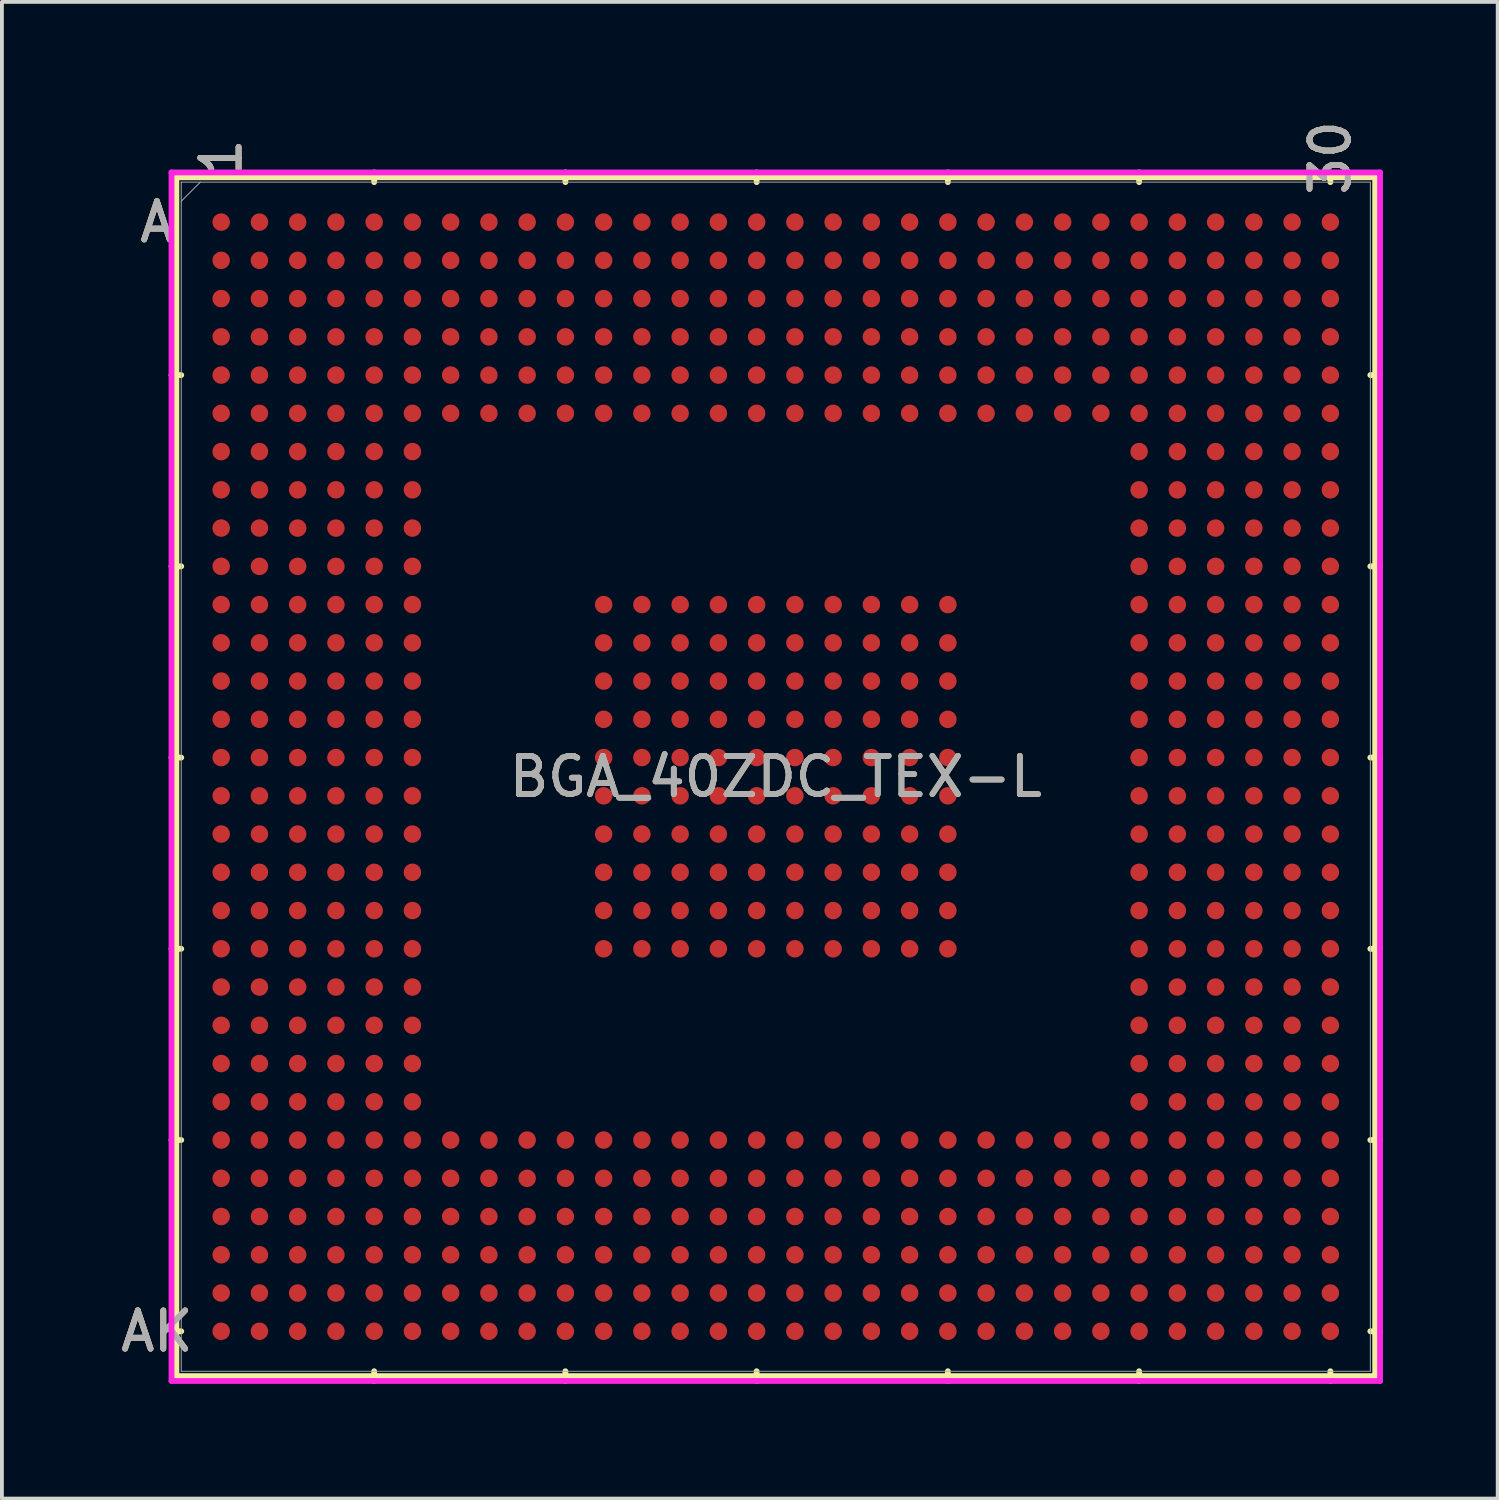
<source format=kicad_pcb>
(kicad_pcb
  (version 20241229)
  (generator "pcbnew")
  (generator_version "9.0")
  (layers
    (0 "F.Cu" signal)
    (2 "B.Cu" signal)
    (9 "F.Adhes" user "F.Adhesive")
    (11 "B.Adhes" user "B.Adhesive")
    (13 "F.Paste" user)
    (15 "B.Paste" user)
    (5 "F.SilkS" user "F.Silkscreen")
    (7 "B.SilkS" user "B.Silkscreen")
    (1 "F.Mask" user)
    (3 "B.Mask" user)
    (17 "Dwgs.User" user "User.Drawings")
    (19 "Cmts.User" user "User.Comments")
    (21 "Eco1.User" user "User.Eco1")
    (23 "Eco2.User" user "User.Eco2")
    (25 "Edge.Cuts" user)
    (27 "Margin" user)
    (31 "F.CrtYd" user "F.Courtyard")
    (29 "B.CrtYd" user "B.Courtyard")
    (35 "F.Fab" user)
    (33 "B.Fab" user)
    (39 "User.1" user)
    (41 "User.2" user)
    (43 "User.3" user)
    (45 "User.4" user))
  (footprint "BGA_40ZDC_TEX-L"
    (layer "F.Cu")
    (at 17.233 17.257)
    (property "Reference" "BGA_40ZDC_TEX-L" (at 0 0 0) (unlocked yes) (layer "F.SilkS") (effects (font (size 1 1) (thickness 0.15))))
    (attr smd)
    (fp_line (start -15.672 -15.672) (end -15.672 15.672) (stroke (width 0.152) (type solid)) (layer "F.SilkS"))
    (fp_line (start -15.672 15.672) (end 15.672 15.672) (stroke (width 0.152) (type solid)) (layer "F.SilkS"))
    (fp_line (start -15.545 -10.5) (end -15.799 -10.5) (stroke (width 0.152) (type solid)) (layer "F.SilkS"))
    (fp_line (start -15.545 -5.5) (end -15.799 -5.5) (stroke (width 0.152) (type solid)) (layer "F.SilkS"))
    (fp_line (start -15.545 -0.5) (end -15.799 -0.5) (stroke (width 0.152) (type solid)) (layer "F.SilkS"))
    (fp_line (start -15.545 4.5) (end -15.799 4.5) (stroke (width 0.152) (type solid)) (layer "F.SilkS"))
    (fp_line (start -15.545 9.5) (end -15.799 9.5) (stroke (width 0.152) (type solid)) (layer "F.SilkS"))
    (fp_line (start -15.545 14.5) (end -15.799 14.5) (stroke (width 0.152) (type solid)) (layer "F.SilkS"))
    (fp_line (start -10.5 -15.545) (end -10.5 -15.799) (stroke (width 0.152) (type solid)) (layer "F.SilkS"))
    (fp_line (start -10.5 15.545) (end -10.5 15.799) (stroke (width 0.152) (type solid)) (layer "F.SilkS"))
    (fp_line (start -5.5 -15.545) (end -5.5 -15.799) (stroke (width 0.152) (type solid)) (layer "F.SilkS"))
    (fp_line (start -5.5 15.545) (end -5.5 15.799) (stroke (width 0.152) (type solid)) (layer "F.SilkS"))
    (fp_line (start -0.5 -15.545) (end -0.5 -15.799) (stroke (width 0.152) (type solid)) (layer "F.SilkS"))
    (fp_line (start -0.5 15.545) (end -0.5 15.799) (stroke (width 0.152) (type solid)) (layer "F.SilkS"))
    (fp_line (start 4.5 -15.545) (end 4.5 -15.799) (stroke (width 0.152) (type solid)) (layer "F.SilkS"))
    (fp_line (start 4.5 15.545) (end 4.5 15.799) (stroke (width 0.152) (type solid)) (layer "F.SilkS"))
    (fp_line (start 9.5 -15.545) (end 9.5 -15.799) (stroke (width 0.152) (type solid)) (layer "F.SilkS"))
    (fp_line (start 9.5 15.545) (end 9.5 15.799) (stroke (width 0.152) (type solid)) (layer "F.SilkS"))
    (fp_line (start 14.5 -15.545) (end 14.5 -15.799) (stroke (width 0.152) (type solid)) (layer "F.SilkS"))
    (fp_line (start 14.5 15.545) (end 14.5 15.799) (stroke (width 0.152) (type solid)) (layer "F.SilkS"))
    (fp_line (start 15.545 -10.5) (end 15.799 -10.5) (stroke (width 0.152) (type solid)) (layer "F.SilkS"))
    (fp_line (start 15.545 -5.5) (end 15.799 -5.5) (stroke (width 0.152) (type solid)) (layer "F.SilkS"))
    (fp_line (start 15.545 -0.5) (end 15.799 -0.5) (stroke (width 0.152) (type solid)) (layer "F.SilkS"))
    (fp_line (start 15.545 4.5) (end 15.799 4.5) (stroke (width 0.152) (type solid)) (layer "F.SilkS"))
    (fp_line (start 15.545 9.5) (end 15.799 9.5) (stroke (width 0.152) (type solid)) (layer "F.SilkS"))
    (fp_line (start 15.545 14.5) (end 15.799 14.5) (stroke (width 0.152) (type solid)) (layer "F.SilkS"))
    (fp_line (start 15.672 -15.672) (end -15.672 -15.672) (stroke (width 0.152) (type solid)) (layer "F.SilkS"))
    (fp_line (start 15.672 15.672) (end 15.672 -15.672) (stroke (width 0.152) (type solid)) (layer "F.SilkS"))
    (fp_poly (pts (xy -15.508 -15.508) (xy 15.508 -15.508) (xy 15.508 15.508) (xy -15.508 15.508)) (stroke (width 0.1) (type solid)) (fill no) (layer "Eco2.User"))
    (fp_line (start -15.799 -15.799) (end 15.799 -15.799) (stroke (width 0.152) (type solid)) (layer "F.CrtYd"))
    (fp_line (start -15.799 15.799) (end -15.799 -15.799) (stroke (width 0.152) (type solid)) (layer "F.CrtYd"))
    (fp_line (start 15.799 -15.799) (end 15.799 15.799) (stroke (width 0.152) (type solid)) (layer "F.CrtYd"))
    (fp_line (start 15.799 15.799) (end -15.799 15.799) (stroke (width 0.152) (type solid)) (layer "F.CrtYd"))
    (fp_line (start -15.545 -15.545) (end -15.545 15.545) (stroke (width 0.025) (type solid)) (layer "F.Fab"))
    (fp_line (start -15.545 15.545) (end 15.545 15.545) (stroke (width 0.025) (type solid)) (layer "F.Fab"))
    (fp_line (start -15.045 -15.545) (end -15.545 -15.045) (stroke (width 0.025) (type solid)) (layer "F.Fab"))
    (fp_line (start 15.545 -15.545) (end -15.545 -15.545) (stroke (width 0.025) (type solid)) (layer "F.Fab"))
    (fp_line (start 15.545 15.545) (end 15.545 -15.545) (stroke (width 0.025) (type solid)) (layer "F.Fab"))
    (fp_text user "1" (at -14.5 -16.18 90) (unlocked yes) (layer "F.SilkS") (effects (font (size 1 1) (thickness 0.15))))
    (fp_text user "A" (at -16.18 -14.5 0) (unlocked yes) (layer "F.SilkS") (effects (font (size 1 1) (thickness 0.15))))
    (fp_text user "30" (at 14.5 -16.18 90) (unlocked yes) (layer "F.SilkS") (effects (font (size 1 1) (thickness 0.15))))
    (fp_text user "AK" (at -16.18 14.5 0) (unlocked yes) (layer "F.SilkS") (effects (font (size 1 1) (thickness 0.15))))
    (fp_text user "AK" (at -16.18 14.5 0) (unlocked yes) (layer "B.SilkS") (effects (font (size 1 1) (thickness 0.15))))
    (fp_text user "1" (at -14.5 -16.18 90) (unlocked yes) (layer "B.SilkS") (effects (font (size 1 1) (thickness 0.15))))
    (fp_text user "A" (at -16.18 -14.5 0) (unlocked yes) (layer "B.SilkS") (effects (font (size 1 1) (thickness 0.15))))
    (fp_text user "30" (at 14.5 -16.18 90) (unlocked yes) (layer "B.SilkS") (effects (font (size 1 1) (thickness 0.15))))
    (fp_text user "A" (at -16.18 -14.5 0) (unlocked yes) (layer "F.Fab") (effects (font (size 1 1) (thickness 0.15))))
    (fp_text user "AK" (at -16.18 14.5 0) (unlocked yes) (layer "F.Fab") (effects (font (size 1 1) (thickness 0.15))))
    (fp_text user "30" (at 14.5 -16.18 90) (unlocked yes) (layer "F.Fab") (effects (font (size 1 1) (thickness 0.15))))
    (fp_text user "${REFERENCE}" (at 0 0 0) (unlocked yes) (layer "F.Fab") (effects (font (size 1 1) (thickness 0.15))))
    (fp_text user "1" (at -14.5 -16.18 90) (unlocked yes) (layer "F.Fab") (effects (font (size 1 1) (thickness 0.15))))
    (pad "A1" smd circle (at -14.5 -14.5) (size 0.457 0.457) (layers "F.Cu" "F.Mask" "F.Paste"))
    (pad "A2" smd circle (at -13.5 -14.5) (size 0.457 0.457) (layers "F.Cu" "F.Mask" "F.Paste"))
    (pad "A3" smd circle (at -12.5 -14.5) (size 0.457 0.457) (layers "F.Cu" "F.Mask" "F.Paste"))
    (pad "A4" smd circle (at -11.5 -14.5) (size 0.457 0.457) (layers "F.Cu" "F.Mask" "F.Paste"))
    (pad "A5" smd circle (at -10.5 -14.5) (size 0.457 0.457) (layers "F.Cu" "F.Mask" "F.Paste"))
    (pad "A6" smd circle (at -9.5 -14.5) (size 0.457 0.457) (layers "F.Cu" "F.Mask" "F.Paste"))
    (pad "A7" smd circle (at -8.5 -14.5) (size 0.457 0.457) (layers "F.Cu" "F.Mask" "F.Paste"))
    (pad "A8" smd circle (at -7.5 -14.5) (size 0.457 0.457) (layers "F.Cu" "F.Mask" "F.Paste"))
    (pad "A9" smd circle (at -6.5 -14.5) (size 0.457 0.457) (layers "F.Cu" "F.Mask" "F.Paste"))
    (pad "A10" smd circle (at -5.5 -14.5) (size 0.457 0.457) (layers "F.Cu" "F.Mask" "F.Paste"))
    (pad "A11" smd circle (at -4.5 -14.5) (size 0.457 0.457) (layers "F.Cu" "F.Mask" "F.Paste"))
    (pad "A12" smd circle (at -3.5 -14.5) (size 0.457 0.457) (layers "F.Cu" "F.Mask" "F.Paste"))
    (pad "A13" smd circle (at -2.5 -14.5) (size 0.457 0.457) (layers "F.Cu" "F.Mask" "F.Paste"))
    (pad "A14" smd circle (at -1.5 -14.5) (size 0.457 0.457) (layers "F.Cu" "F.Mask" "F.Paste"))
    (pad "A15" smd circle (at -0.5 -14.5) (size 0.457 0.457) (layers "F.Cu" "F.Mask" "F.Paste"))
    (pad "A16" smd circle (at 0.5 -14.5) (size 0.457 0.457) (layers "F.Cu" "F.Mask" "F.Paste"))
    (pad "A17" smd circle (at 1.5 -14.5) (size 0.457 0.457) (layers "F.Cu" "F.Mask" "F.Paste"))
    (pad "A18" smd circle (at 2.5 -14.5) (size 0.457 0.457) (layers "F.Cu" "F.Mask" "F.Paste"))
    (pad "A19" smd circle (at 3.5 -14.5) (size 0.457 0.457) (layers "F.Cu" "F.Mask" "F.Paste"))
    (pad "A20" smd circle (at 4.5 -14.5) (size 0.457 0.457) (layers "F.Cu" "F.Mask" "F.Paste"))
    (pad "A21" smd circle (at 5.5 -14.5) (size 0.457 0.457) (layers "F.Cu" "F.Mask" "F.Paste"))
    (pad "A22" smd circle (at 6.5 -14.5) (size 0.457 0.457) (layers "F.Cu" "F.Mask" "F.Paste"))
    (pad "A23" smd circle (at 7.5 -14.5) (size 0.457 0.457) (layers "F.Cu" "F.Mask" "F.Paste"))
    (pad "A24" smd circle (at 8.5 -14.5) (size 0.457 0.457) (layers "F.Cu" "F.Mask" "F.Paste"))
    (pad "A25" smd circle (at 9.5 -14.5) (size 0.457 0.457) (layers "F.Cu" "F.Mask" "F.Paste"))
    (pad "A26" smd circle (at 10.5 -14.5) (size 0.457 0.457) (layers "F.Cu" "F.Mask" "F.Paste"))
    (pad "A27" smd circle (at 11.5 -14.5) (size 0.457 0.457) (layers "F.Cu" "F.Mask" "F.Paste"))
    (pad "A28" smd circle (at 12.5 -14.5) (size 0.457 0.457) (layers "F.Cu" "F.Mask" "F.Paste"))
    (pad "A29" smd circle (at 13.5 -14.5) (size 0.457 0.457) (layers "F.Cu" "F.Mask" "F.Paste"))
    (pad "A30" smd circle (at 14.5 -14.5) (size 0.457 0.457) (layers "F.Cu" "F.Mask" "F.Paste"))
    (pad "AA1" smd circle (at -14.5 5.5) (size 0.457 0.457) (layers "F.Cu" "F.Mask" "F.Paste"))
    (pad "AA2" smd circle (at -13.5 5.5) (size 0.457 0.457) (layers "F.Cu" "F.Mask" "F.Paste"))
    (pad "AA3" smd circle (at -12.5 5.5) (size 0.457 0.457) (layers "F.Cu" "F.Mask" "F.Paste"))
    (pad "AA4" smd circle (at -11.5 5.5) (size 0.457 0.457) (layers "F.Cu" "F.Mask" "F.Paste"))
    (pad "AA5" smd circle (at -10.5 5.5) (size 0.457 0.457) (layers "F.Cu" "F.Mask" "F.Paste"))
    (pad "AA6" smd circle (at -9.5 5.5) (size 0.457 0.457) (layers "F.Cu" "F.Mask" "F.Paste"))
    (pad "AA25" smd circle (at 9.5 5.5) (size 0.457 0.457) (layers "F.Cu" "F.Mask" "F.Paste"))
    (pad "AA26" smd circle (at 10.5 5.5) (size 0.457 0.457) (layers "F.Cu" "F.Mask" "F.Paste"))
    (pad "AA27" smd circle (at 11.5 5.5) (size 0.457 0.457) (layers "F.Cu" "F.Mask" "F.Paste"))
    (pad "AA28" smd circle (at 12.5 5.5) (size 0.457 0.457) (layers "F.Cu" "F.Mask" "F.Paste"))
    (pad "AA29" smd circle (at 13.5 5.5) (size 0.457 0.457) (layers "F.Cu" "F.Mask" "F.Paste"))
    (pad "AA30" smd circle (at 14.5 5.5) (size 0.457 0.457) (layers "F.Cu" "F.Mask" "F.Paste"))
    (pad "AB1" smd circle (at -14.5 6.5) (size 0.457 0.457) (layers "F.Cu" "F.Mask" "F.Paste"))
    (pad "AB2" smd circle (at -13.5 6.5) (size 0.457 0.457) (layers "F.Cu" "F.Mask" "F.Paste"))
    (pad "AB3" smd circle (at -12.5 6.5) (size 0.457 0.457) (layers "F.Cu" "F.Mask" "F.Paste"))
    (pad "AB4" smd circle (at -11.5 6.5) (size 0.457 0.457) (layers "F.Cu" "F.Mask" "F.Paste"))
    (pad "AB5" smd circle (at -10.5 6.5) (size 0.457 0.457) (layers "F.Cu" "F.Mask" "F.Paste"))
    (pad "AB6" smd circle (at -9.5 6.5) (size 0.457 0.457) (layers "F.Cu" "F.Mask" "F.Paste"))
    (pad "AB25" smd circle (at 9.5 6.5) (size 0.457 0.457) (layers "F.Cu" "F.Mask" "F.Paste"))
    (pad "AB26" smd circle (at 10.5 6.5) (size 0.457 0.457) (layers "F.Cu" "F.Mask" "F.Paste"))
    (pad "AB27" smd circle (at 11.5 6.5) (size 0.457 0.457) (layers "F.Cu" "F.Mask" "F.Paste"))
    (pad "AB28" smd circle (at 12.5 6.5) (size 0.457 0.457) (layers "F.Cu" "F.Mask" "F.Paste"))
    (pad "AB29" smd circle (at 13.5 6.5) (size 0.457 0.457) (layers "F.Cu" "F.Mask" "F.Paste"))
    (pad "AB30" smd circle (at 14.5 6.5) (size 0.457 0.457) (layers "F.Cu" "F.Mask" "F.Paste"))
    (pad "AC1" smd circle (at -14.5 7.5) (size 0.457 0.457) (layers "F.Cu" "F.Mask" "F.Paste"))
    (pad "AC2" smd circle (at -13.5 7.5) (size 0.457 0.457) (layers "F.Cu" "F.Mask" "F.Paste"))
    (pad "AC3" smd circle (at -12.5 7.5) (size 0.457 0.457) (layers "F.Cu" "F.Mask" "F.Paste"))
    (pad "AC4" smd circle (at -11.5 7.5) (size 0.457 0.457) (layers "F.Cu" "F.Mask" "F.Paste"))
    (pad "AC5" smd circle (at -10.5 7.5) (size 0.457 0.457) (layers "F.Cu" "F.Mask" "F.Paste"))
    (pad "AC6" smd circle (at -9.5 7.5) (size 0.457 0.457) (layers "F.Cu" "F.Mask" "F.Paste"))
    (pad "AC25" smd circle (at 9.5 7.5) (size 0.457 0.457) (layers "F.Cu" "F.Mask" "F.Paste"))
    (pad "AC26" smd circle (at 10.5 7.5) (size 0.457 0.457) (layers "F.Cu" "F.Mask" "F.Paste"))
    (pad "AC27" smd circle (at 11.5 7.5) (size 0.457 0.457) (layers "F.Cu" "F.Mask" "F.Paste"))
    (pad "AC28" smd circle (at 12.5 7.5) (size 0.457 0.457) (layers "F.Cu" "F.Mask" "F.Paste"))
    (pad "AC29" smd circle (at 13.5 7.5) (size 0.457 0.457) (layers "F.Cu" "F.Mask" "F.Paste"))
    (pad "AC30" smd circle (at 14.5 7.5) (size 0.457 0.457) (layers "F.Cu" "F.Mask" "F.Paste"))
    (pad "AD1" smd circle (at -14.5 8.5) (size 0.457 0.457) (layers "F.Cu" "F.Mask" "F.Paste"))
    (pad "AD2" smd circle (at -13.5 8.5) (size 0.457 0.457) (layers "F.Cu" "F.Mask" "F.Paste"))
    (pad "AD3" smd circle (at -12.5 8.5) (size 0.457 0.457) (layers "F.Cu" "F.Mask" "F.Paste"))
    (pad "AD4" smd circle (at -11.5 8.5) (size 0.457 0.457) (layers "F.Cu" "F.Mask" "F.Paste"))
    (pad "AD5" smd circle (at -10.5 8.5) (size 0.457 0.457) (layers "F.Cu" "F.Mask" "F.Paste"))
    (pad "AD6" smd circle (at -9.5 8.5) (size 0.457 0.457) (layers "F.Cu" "F.Mask" "F.Paste"))
    (pad "AD25" smd circle (at 9.5 8.5) (size 0.457 0.457) (layers "F.Cu" "F.Mask" "F.Paste"))
    (pad "AD26" smd circle (at 10.5 8.5) (size 0.457 0.457) (layers "F.Cu" "F.Mask" "F.Paste"))
    (pad "AD27" smd circle (at 11.5 8.5) (size 0.457 0.457) (layers "F.Cu" "F.Mask" "F.Paste"))
    (pad "AD28" smd circle (at 12.5 8.5) (size 0.457 0.457) (layers "F.Cu" "F.Mask" "F.Paste"))
    (pad "AD29" smd circle (at 13.5 8.5) (size 0.457 0.457) (layers "F.Cu" "F.Mask" "F.Paste"))
    (pad "AD30" smd circle (at 14.5 8.5) (size 0.457 0.457) (layers "F.Cu" "F.Mask" "F.Paste"))
    (pad "AE1" smd circle (at -14.5 9.5) (size 0.457 0.457) (layers "F.Cu" "F.Mask" "F.Paste"))
    (pad "AE2" smd circle (at -13.5 9.5) (size 0.457 0.457) (layers "F.Cu" "F.Mask" "F.Paste"))
    (pad "AE3" smd circle (at -12.5 9.5) (size 0.457 0.457) (layers "F.Cu" "F.Mask" "F.Paste"))
    (pad "AE4" smd circle (at -11.5 9.5) (size 0.457 0.457) (layers "F.Cu" "F.Mask" "F.Paste"))
    (pad "AE5" smd circle (at -10.5 9.5) (size 0.457 0.457) (layers "F.Cu" "F.Mask" "F.Paste"))
    (pad "AE6" smd circle (at -9.5 9.5) (size 0.457 0.457) (layers "F.Cu" "F.Mask" "F.Paste"))
    (pad "AE7" smd circle (at -8.5 9.5) (size 0.457 0.457) (layers "F.Cu" "F.Mask" "F.Paste"))
    (pad "AE8" smd circle (at -7.5 9.5) (size 0.457 0.457) (layers "F.Cu" "F.Mask" "F.Paste"))
    (pad "AE9" smd circle (at -6.5 9.5) (size 0.457 0.457) (layers "F.Cu" "F.Mask" "F.Paste"))
    (pad "AE10" smd circle (at -5.5 9.5) (size 0.457 0.457) (layers "F.Cu" "F.Mask" "F.Paste"))
    (pad "AE11" smd circle (at -4.5 9.5) (size 0.457 0.457) (layers "F.Cu" "F.Mask" "F.Paste"))
    (pad "AE12" smd circle (at -3.5 9.5) (size 0.457 0.457) (layers "F.Cu" "F.Mask" "F.Paste"))
    (pad "AE13" smd circle (at -2.5 9.5) (size 0.457 0.457) (layers "F.Cu" "F.Mask" "F.Paste"))
    (pad "AE14" smd circle (at -1.5 9.5) (size 0.457 0.457) (layers "F.Cu" "F.Mask" "F.Paste"))
    (pad "AE15" smd circle (at -0.5 9.5) (size 0.457 0.457) (layers "F.Cu" "F.Mask" "F.Paste"))
    (pad "AE16" smd circle (at 0.5 9.5) (size 0.457 0.457) (layers "F.Cu" "F.Mask" "F.Paste"))
    (pad "AE17" smd circle (at 1.5 9.5) (size 0.457 0.457) (layers "F.Cu" "F.Mask" "F.Paste"))
    (pad "AE18" smd circle (at 2.5 9.5) (size 0.457 0.457) (layers "F.Cu" "F.Mask" "F.Paste"))
    (pad "AE19" smd circle (at 3.5 9.5) (size 0.457 0.457) (layers "F.Cu" "F.Mask" "F.Paste"))
    (pad "AE20" smd circle (at 4.5 9.5) (size 0.457 0.457) (layers "F.Cu" "F.Mask" "F.Paste"))
    (pad "AE21" smd circle (at 5.5 9.5) (size 0.457 0.457) (layers "F.Cu" "F.Mask" "F.Paste"))
    (pad "AE22" smd circle (at 6.5 9.5) (size 0.457 0.457) (layers "F.Cu" "F.Mask" "F.Paste"))
    (pad "AE23" smd circle (at 7.5 9.5) (size 0.457 0.457) (layers "F.Cu" "F.Mask" "F.Paste"))
    (pad "AE24" smd circle (at 8.5 9.5) (size 0.457 0.457) (layers "F.Cu" "F.Mask" "F.Paste"))
    (pad "AE25" smd circle (at 9.5 9.5) (size 0.457 0.457) (layers "F.Cu" "F.Mask" "F.Paste"))
    (pad "AE26" smd circle (at 10.5 9.5) (size 0.457 0.457) (layers "F.Cu" "F.Mask" "F.Paste"))
    (pad "AE27" smd circle (at 11.5 9.5) (size 0.457 0.457) (layers "F.Cu" "F.Mask" "F.Paste"))
    (pad "AE28" smd circle (at 12.5 9.5) (size 0.457 0.457) (layers "F.Cu" "F.Mask" "F.Paste"))
    (pad "AE29" smd circle (at 13.5 9.5) (size 0.457 0.457) (layers "F.Cu" "F.Mask" "F.Paste"))
    (pad "AE30" smd circle (at 14.5 9.5) (size 0.457 0.457) (layers "F.Cu" "F.Mask" "F.Paste"))
    (pad "AF1" smd circle (at -14.5 10.5) (size 0.457 0.457) (layers "F.Cu" "F.Mask" "F.Paste"))
    (pad "AF2" smd circle (at -13.5 10.5) (size 0.457 0.457) (layers "F.Cu" "F.Mask" "F.Paste"))
    (pad "AF3" smd circle (at -12.5 10.5) (size 0.457 0.457) (layers "F.Cu" "F.Mask" "F.Paste"))
    (pad "AF4" smd circle (at -11.5 10.5) (size 0.457 0.457) (layers "F.Cu" "F.Mask" "F.Paste"))
    (pad "AF5" smd circle (at -10.5 10.5) (size 0.457 0.457) (layers "F.Cu" "F.Mask" "F.Paste"))
    (pad "AF6" smd circle (at -9.5 10.5) (size 0.457 0.457) (layers "F.Cu" "F.Mask" "F.Paste"))
    (pad "AF7" smd circle (at -8.5 10.5) (size 0.457 0.457) (layers "F.Cu" "F.Mask" "F.Paste"))
    (pad "AF8" smd circle (at -7.5 10.5) (size 0.457 0.457) (layers "F.Cu" "F.Mask" "F.Paste"))
    (pad "AF9" smd circle (at -6.5 10.5) (size 0.457 0.457) (layers "F.Cu" "F.Mask" "F.Paste"))
    (pad "AF10" smd circle (at -5.5 10.5) (size 0.457 0.457) (layers "F.Cu" "F.Mask" "F.Paste"))
    (pad "AF11" smd circle (at -4.5 10.5) (size 0.457 0.457) (layers "F.Cu" "F.Mask" "F.Paste"))
    (pad "AF12" smd circle (at -3.5 10.5) (size 0.457 0.457) (layers "F.Cu" "F.Mask" "F.Paste"))
    (pad "AF13" smd circle (at -2.5 10.5) (size 0.457 0.457) (layers "F.Cu" "F.Mask" "F.Paste"))
    (pad "AF14" smd circle (at -1.5 10.5) (size 0.457 0.457) (layers "F.Cu" "F.Mask" "F.Paste"))
    (pad "AF15" smd circle (at -0.5 10.5) (size 0.457 0.457) (layers "F.Cu" "F.Mask" "F.Paste"))
    (pad "AF16" smd circle (at 0.5 10.5) (size 0.457 0.457) (layers "F.Cu" "F.Mask" "F.Paste"))
    (pad "AF17" smd circle (at 1.5 10.5) (size 0.457 0.457) (layers "F.Cu" "F.Mask" "F.Paste"))
    (pad "AF18" smd circle (at 2.5 10.5) (size 0.457 0.457) (layers "F.Cu" "F.Mask" "F.Paste"))
    (pad "AF19" smd circle (at 3.5 10.5) (size 0.457 0.457) (layers "F.Cu" "F.Mask" "F.Paste"))
    (pad "AF20" smd circle (at 4.5 10.5) (size 0.457 0.457) (layers "F.Cu" "F.Mask" "F.Paste"))
    (pad "AF21" smd circle (at 5.5 10.5) (size 0.457 0.457) (layers "F.Cu" "F.Mask" "F.Paste"))
    (pad "AF22" smd circle (at 6.5 10.5) (size 0.457 0.457) (layers "F.Cu" "F.Mask" "F.Paste"))
    (pad "AF23" smd circle (at 7.5 10.5) (size 0.457 0.457) (layers "F.Cu" "F.Mask" "F.Paste"))
    (pad "AF24" smd circle (at 8.5 10.5) (size 0.457 0.457) (layers "F.Cu" "F.Mask" "F.Paste"))
    (pad "AF25" smd circle (at 9.5 10.5) (size 0.457 0.457) (layers "F.Cu" "F.Mask" "F.Paste"))
    (pad "AF26" smd circle (at 10.5 10.5) (size 0.457 0.457) (layers "F.Cu" "F.Mask" "F.Paste"))
    (pad "AF27" smd circle (at 11.5 10.5) (size 0.457 0.457) (layers "F.Cu" "F.Mask" "F.Paste"))
    (pad "AF28" smd circle (at 12.5 10.5) (size 0.457 0.457) (layers "F.Cu" "F.Mask" "F.Paste"))
    (pad "AF29" smd circle (at 13.5 10.5) (size 0.457 0.457) (layers "F.Cu" "F.Mask" "F.Paste"))
    (pad "AF30" smd circle (at 14.5 10.5) (size 0.457 0.457) (layers "F.Cu" "F.Mask" "F.Paste"))
    (pad "AG1" smd circle (at -14.5 11.5) (size 0.457 0.457) (layers "F.Cu" "F.Mask" "F.Paste"))
    (pad "AG2" smd circle (at -13.5 11.5) (size 0.457 0.457) (layers "F.Cu" "F.Mask" "F.Paste"))
    (pad "AG3" smd circle (at -12.5 11.5) (size 0.457 0.457) (layers "F.Cu" "F.Mask" "F.Paste"))
    (pad "AG4" smd circle (at -11.5 11.5) (size 0.457 0.457) (layers "F.Cu" "F.Mask" "F.Paste"))
    (pad "AG5" smd circle (at -10.5 11.5) (size 0.457 0.457) (layers "F.Cu" "F.Mask" "F.Paste"))
    (pad "AG6" smd circle (at -9.5 11.5) (size 0.457 0.457) (layers "F.Cu" "F.Mask" "F.Paste"))
    (pad "AG7" smd circle (at -8.5 11.5) (size 0.457 0.457) (layers "F.Cu" "F.Mask" "F.Paste"))
    (pad "AG8" smd circle (at -7.5 11.5) (size 0.457 0.457) (layers "F.Cu" "F.Mask" "F.Paste"))
    (pad "AG9" smd circle (at -6.5 11.5) (size 0.457 0.457) (layers "F.Cu" "F.Mask" "F.Paste"))
    (pad "AG10" smd circle (at -5.5 11.5) (size 0.457 0.457) (layers "F.Cu" "F.Mask" "F.Paste"))
    (pad "AG11" smd circle (at -4.5 11.5) (size 0.457 0.457) (layers "F.Cu" "F.Mask" "F.Paste"))
    (pad "AG12" smd circle (at -3.5 11.5) (size 0.457 0.457) (layers "F.Cu" "F.Mask" "F.Paste"))
    (pad "AG13" smd circle (at -2.5 11.5) (size 0.457 0.457) (layers "F.Cu" "F.Mask" "F.Paste"))
    (pad "AG14" smd circle (at -1.5 11.5) (size 0.457 0.457) (layers "F.Cu" "F.Mask" "F.Paste"))
    (pad "AG15" smd circle (at -0.5 11.5) (size 0.457 0.457) (layers "F.Cu" "F.Mask" "F.Paste"))
    (pad "AG16" smd circle (at 0.5 11.5) (size 0.457 0.457) (layers "F.Cu" "F.Mask" "F.Paste"))
    (pad "AG17" smd circle (at 1.5 11.5) (size 0.457 0.457) (layers "F.Cu" "F.Mask" "F.Paste"))
    (pad "AG18" smd circle (at 2.5 11.5) (size 0.457 0.457) (layers "F.Cu" "F.Mask" "F.Paste"))
    (pad "AG19" smd circle (at 3.5 11.5) (size 0.457 0.457) (layers "F.Cu" "F.Mask" "F.Paste"))
    (pad "AG20" smd circle (at 4.5 11.5) (size 0.457 0.457) (layers "F.Cu" "F.Mask" "F.Paste"))
    (pad "AG21" smd circle (at 5.5 11.5) (size 0.457 0.457) (layers "F.Cu" "F.Mask" "F.Paste"))
    (pad "AG22" smd circle (at 6.5 11.5) (size 0.457 0.457) (layers "F.Cu" "F.Mask" "F.Paste"))
    (pad "AG23" smd circle (at 7.5 11.5) (size 0.457 0.457) (layers "F.Cu" "F.Mask" "F.Paste"))
    (pad "AG24" smd circle (at 8.5 11.5) (size 0.457 0.457) (layers "F.Cu" "F.Mask" "F.Paste"))
    (pad "AG25" smd circle (at 9.5 11.5) (size 0.457 0.457) (layers "F.Cu" "F.Mask" "F.Paste"))
    (pad "AG26" smd circle (at 10.5 11.5) (size 0.457 0.457) (layers "F.Cu" "F.Mask" "F.Paste"))
    (pad "AG27" smd circle (at 11.5 11.5) (size 0.457 0.457) (layers "F.Cu" "F.Mask" "F.Paste"))
    (pad "AG28" smd circle (at 12.5 11.5) (size 0.457 0.457) (layers "F.Cu" "F.Mask" "F.Paste"))
    (pad "AG29" smd circle (at 13.5 11.5) (size 0.457 0.457) (layers "F.Cu" "F.Mask" "F.Paste"))
    (pad "AG30" smd circle (at 14.5 11.5) (size 0.457 0.457) (layers "F.Cu" "F.Mask" "F.Paste"))
    (pad "AH1" smd circle (at -14.5 12.5) (size 0.457 0.457) (layers "F.Cu" "F.Mask" "F.Paste"))
    (pad "AH2" smd circle (at -13.5 12.5) (size 0.457 0.457) (layers "F.Cu" "F.Mask" "F.Paste"))
    (pad "AH3" smd circle (at -12.5 12.5) (size 0.457 0.457) (layers "F.Cu" "F.Mask" "F.Paste"))
    (pad "AH4" smd circle (at -11.5 12.5) (size 0.457 0.457) (layers "F.Cu" "F.Mask" "F.Paste"))
    (pad "AH5" smd circle (at -10.5 12.5) (size 0.457 0.457) (layers "F.Cu" "F.Mask" "F.Paste"))
    (pad "AH6" smd circle (at -9.5 12.5) (size 0.457 0.457) (layers "F.Cu" "F.Mask" "F.Paste"))
    (pad "AH7" smd circle (at -8.5 12.5) (size 0.457 0.457) (layers "F.Cu" "F.Mask" "F.Paste"))
    (pad "AH8" smd circle (at -7.5 12.5) (size 0.457 0.457) (layers "F.Cu" "F.Mask" "F.Paste"))
    (pad "AH9" smd circle (at -6.5 12.5) (size 0.457 0.457) (layers "F.Cu" "F.Mask" "F.Paste"))
    (pad "AH10" smd circle (at -5.5 12.5) (size 0.457 0.457) (layers "F.Cu" "F.Mask" "F.Paste"))
    (pad "AH11" smd circle (at -4.5 12.5) (size 0.457 0.457) (layers "F.Cu" "F.Mask" "F.Paste"))
    (pad "AH12" smd circle (at -3.5 12.5) (size 0.457 0.457) (layers "F.Cu" "F.Mask" "F.Paste"))
    (pad "AH13" smd circle (at -2.5 12.5) (size 0.457 0.457) (layers "F.Cu" "F.Mask" "F.Paste"))
    (pad "AH14" smd circle (at -1.5 12.5) (size 0.457 0.457) (layers "F.Cu" "F.Mask" "F.Paste"))
    (pad "AH15" smd circle (at -0.5 12.5) (size 0.457 0.457) (layers "F.Cu" "F.Mask" "F.Paste"))
    (pad "AH16" smd circle (at 0.5 12.5) (size 0.457 0.457) (layers "F.Cu" "F.Mask" "F.Paste"))
    (pad "AH17" smd circle (at 1.5 12.5) (size 0.457 0.457) (layers "F.Cu" "F.Mask" "F.Paste"))
    (pad "AH18" smd circle (at 2.5 12.5) (size 0.457 0.457) (layers "F.Cu" "F.Mask" "F.Paste"))
    (pad "AH19" smd circle (at 3.5 12.5) (size 0.457 0.457) (layers "F.Cu" "F.Mask" "F.Paste"))
    (pad "AH20" smd circle (at 4.5 12.5) (size 0.457 0.457) (layers "F.Cu" "F.Mask" "F.Paste"))
    (pad "AH21" smd circle (at 5.5 12.5) (size 0.457 0.457) (layers "F.Cu" "F.Mask" "F.Paste"))
    (pad "AH22" smd circle (at 6.5 12.5) (size 0.457 0.457) (layers "F.Cu" "F.Mask" "F.Paste"))
    (pad "AH23" smd circle (at 7.5 12.5) (size 0.457 0.457) (layers "F.Cu" "F.Mask" "F.Paste"))
    (pad "AH24" smd circle (at 8.5 12.5) (size 0.457 0.457) (layers "F.Cu" "F.Mask" "F.Paste"))
    (pad "AH25" smd circle (at 9.5 12.5) (size 0.457 0.457) (layers "F.Cu" "F.Mask" "F.Paste"))
    (pad "AH26" smd circle (at 10.5 12.5) (size 0.457 0.457) (layers "F.Cu" "F.Mask" "F.Paste"))
    (pad "AH27" smd circle (at 11.5 12.5) (size 0.457 0.457) (layers "F.Cu" "F.Mask" "F.Paste"))
    (pad "AH28" smd circle (at 12.5 12.5) (size 0.457 0.457) (layers "F.Cu" "F.Mask" "F.Paste"))
    (pad "AH29" smd circle (at 13.5 12.5) (size 0.457 0.457) (layers "F.Cu" "F.Mask" "F.Paste"))
    (pad "AH30" smd circle (at 14.5 12.5) (size 0.457 0.457) (layers "F.Cu" "F.Mask" "F.Paste"))
    (pad "AJ1" smd circle (at -14.5 13.5) (size 0.457 0.457) (layers "F.Cu" "F.Mask" "F.Paste"))
    (pad "AJ2" smd circle (at -13.5 13.5) (size 0.457 0.457) (layers "F.Cu" "F.Mask" "F.Paste"))
    (pad "AJ3" smd circle (at -12.5 13.5) (size 0.457 0.457) (layers "F.Cu" "F.Mask" "F.Paste"))
    (pad "AJ4" smd circle (at -11.5 13.5) (size 0.457 0.457) (layers "F.Cu" "F.Mask" "F.Paste"))
    (pad "AJ5" smd circle (at -10.5 13.5) (size 0.457 0.457) (layers "F.Cu" "F.Mask" "F.Paste"))
    (pad "AJ6" smd circle (at -9.5 13.5) (size 0.457 0.457) (layers "F.Cu" "F.Mask" "F.Paste"))
    (pad "AJ7" smd circle (at -8.5 13.5) (size 0.457 0.457) (layers "F.Cu" "F.Mask" "F.Paste"))
    (pad "AJ8" smd circle (at -7.5 13.5) (size 0.457 0.457) (layers "F.Cu" "F.Mask" "F.Paste"))
    (pad "AJ9" smd circle (at -6.5 13.5) (size 0.457 0.457) (layers "F.Cu" "F.Mask" "F.Paste"))
    (pad "AJ10" smd circle (at -5.5 13.5) (size 0.457 0.457) (layers "F.Cu" "F.Mask" "F.Paste"))
    (pad "AJ11" smd circle (at -4.5 13.5) (size 0.457 0.457) (layers "F.Cu" "F.Mask" "F.Paste"))
    (pad "AJ12" smd circle (at -3.5 13.5) (size 0.457 0.457) (layers "F.Cu" "F.Mask" "F.Paste"))
    (pad "AJ13" smd circle (at -2.5 13.5) (size 0.457 0.457) (layers "F.Cu" "F.Mask" "F.Paste"))
    (pad "AJ14" smd circle (at -1.5 13.5) (size 0.457 0.457) (layers "F.Cu" "F.Mask" "F.Paste"))
    (pad "AJ15" smd circle (at -0.5 13.5) (size 0.457 0.457) (layers "F.Cu" "F.Mask" "F.Paste"))
    (pad "AJ16" smd circle (at 0.5 13.5) (size 0.457 0.457) (layers "F.Cu" "F.Mask" "F.Paste"))
    (pad "AJ17" smd circle (at 1.5 13.5) (size 0.457 0.457) (layers "F.Cu" "F.Mask" "F.Paste"))
    (pad "AJ18" smd circle (at 2.5 13.5) (size 0.457 0.457) (layers "F.Cu" "F.Mask" "F.Paste"))
    (pad "AJ19" smd circle (at 3.5 13.5) (size 0.457 0.457) (layers "F.Cu" "F.Mask" "F.Paste"))
    (pad "AJ20" smd circle (at 4.5 13.5) (size 0.457 0.457) (layers "F.Cu" "F.Mask" "F.Paste"))
    (pad "AJ21" smd circle (at 5.5 13.5) (size 0.457 0.457) (layers "F.Cu" "F.Mask" "F.Paste"))
    (pad "AJ22" smd circle (at 6.5 13.5) (size 0.457 0.457) (layers "F.Cu" "F.Mask" "F.Paste"))
    (pad "AJ23" smd circle (at 7.5 13.5) (size 0.457 0.457) (layers "F.Cu" "F.Mask" "F.Paste"))
    (pad "AJ24" smd circle (at 8.5 13.5) (size 0.457 0.457) (layers "F.Cu" "F.Mask" "F.Paste"))
    (pad "AJ25" smd circle (at 9.5 13.5) (size 0.457 0.457) (layers "F.Cu" "F.Mask" "F.Paste"))
    (pad "AJ26" smd circle (at 10.5 13.5) (size 0.457 0.457) (layers "F.Cu" "F.Mask" "F.Paste"))
    (pad "AJ27" smd circle (at 11.5 13.5) (size 0.457 0.457) (layers "F.Cu" "F.Mask" "F.Paste"))
    (pad "AJ28" smd circle (at 12.5 13.5) (size 0.457 0.457) (layers "F.Cu" "F.Mask" "F.Paste"))
    (pad "AJ29" smd circle (at 13.5 13.5) (size 0.457 0.457) (layers "F.Cu" "F.Mask" "F.Paste"))
    (pad "AJ30" smd circle (at 14.5 13.5) (size 0.457 0.457) (layers "F.Cu" "F.Mask" "F.Paste"))
    (pad "AK1" smd circle (at -14.5 14.5) (size 0.457 0.457) (layers "F.Cu" "F.Mask" "F.Paste"))
    (pad "AK2" smd circle (at -13.5 14.5) (size 0.457 0.457) (layers "F.Cu" "F.Mask" "F.Paste"))
    (pad "AK3" smd circle (at -12.5 14.5) (size 0.457 0.457) (layers "F.Cu" "F.Mask" "F.Paste"))
    (pad "AK4" smd circle (at -11.5 14.5) (size 0.457 0.457) (layers "F.Cu" "F.Mask" "F.Paste"))
    (pad "AK5" smd circle (at -10.5 14.5) (size 0.457 0.457) (layers "F.Cu" "F.Mask" "F.Paste"))
    (pad "AK6" smd circle (at -9.5 14.5) (size 0.457 0.457) (layers "F.Cu" "F.Mask" "F.Paste"))
    (pad "AK7" smd circle (at -8.5 14.5) (size 0.457 0.457) (layers "F.Cu" "F.Mask" "F.Paste"))
    (pad "AK8" smd circle (at -7.5 14.5) (size 0.457 0.457) (layers "F.Cu" "F.Mask" "F.Paste"))
    (pad "AK9" smd circle (at -6.5 14.5) (size 0.457 0.457) (layers "F.Cu" "F.Mask" "F.Paste"))
    (pad "AK10" smd circle (at -5.5 14.5) (size 0.457 0.457) (layers "F.Cu" "F.Mask" "F.Paste"))
    (pad "AK11" smd circle (at -4.5 14.5) (size 0.457 0.457) (layers "F.Cu" "F.Mask" "F.Paste"))
    (pad "AK12" smd circle (at -3.5 14.5) (size 0.457 0.457) (layers "F.Cu" "F.Mask" "F.Paste"))
    (pad "AK13" smd circle (at -2.5 14.5) (size 0.457 0.457) (layers "F.Cu" "F.Mask" "F.Paste"))
    (pad "AK14" smd circle (at -1.5 14.5) (size 0.457 0.457) (layers "F.Cu" "F.Mask" "F.Paste"))
    (pad "AK15" smd circle (at -0.5 14.5) (size 0.457 0.457) (layers "F.Cu" "F.Mask" "F.Paste"))
    (pad "AK16" smd circle (at 0.5 14.5) (size 0.457 0.457) (layers "F.Cu" "F.Mask" "F.Paste"))
    (pad "AK17" smd circle (at 1.5 14.5) (size 0.457 0.457) (layers "F.Cu" "F.Mask" "F.Paste"))
    (pad "AK18" smd circle (at 2.5 14.5) (size 0.457 0.457) (layers "F.Cu" "F.Mask" "F.Paste"))
    (pad "AK19" smd circle (at 3.5 14.5) (size 0.457 0.457) (layers "F.Cu" "F.Mask" "F.Paste"))
    (pad "AK20" smd circle (at 4.5 14.5) (size 0.457 0.457) (layers "F.Cu" "F.Mask" "F.Paste"))
    (pad "AK21" smd circle (at 5.5 14.5) (size 0.457 0.457) (layers "F.Cu" "F.Mask" "F.Paste"))
    (pad "AK22" smd circle (at 6.5 14.5) (size 0.457 0.457) (layers "F.Cu" "F.Mask" "F.Paste"))
    (pad "AK23" smd circle (at 7.5 14.5) (size 0.457 0.457) (layers "F.Cu" "F.Mask" "F.Paste"))
    (pad "AK24" smd circle (at 8.5 14.5) (size 0.457 0.457) (layers "F.Cu" "F.Mask" "F.Paste"))
    (pad "AK25" smd circle (at 9.5 14.5) (size 0.457 0.457) (layers "F.Cu" "F.Mask" "F.Paste"))
    (pad "AK26" smd circle (at 10.5 14.5) (size 0.457 0.457) (layers "F.Cu" "F.Mask" "F.Paste"))
    (pad "AK27" smd circle (at 11.5 14.5) (size 0.457 0.457) (layers "F.Cu" "F.Mask" "F.Paste"))
    (pad "AK28" smd circle (at 12.5 14.5) (size 0.457 0.457) (layers "F.Cu" "F.Mask" "F.Paste"))
    (pad "AK29" smd circle (at 13.5 14.5) (size 0.457 0.457) (layers "F.Cu" "F.Mask" "F.Paste"))
    (pad "AK30" smd circle (at 14.5 14.5) (size 0.457 0.457) (layers "F.Cu" "F.Mask" "F.Paste"))
    (pad "B1" smd circle (at -14.5 -13.5) (size 0.457 0.457) (layers "F.Cu" "F.Mask" "F.Paste"))
    (pad "B2" smd circle (at -13.5 -13.5) (size 0.457 0.457) (layers "F.Cu" "F.Mask" "F.Paste"))
    (pad "B3" smd circle (at -12.5 -13.5) (size 0.457 0.457) (layers "F.Cu" "F.Mask" "F.Paste"))
    (pad "B4" smd circle (at -11.5 -13.5) (size 0.457 0.457) (layers "F.Cu" "F.Mask" "F.Paste"))
    (pad "B5" smd circle (at -10.5 -13.5) (size 0.457 0.457) (layers "F.Cu" "F.Mask" "F.Paste"))
    (pad "B6" smd circle (at -9.5 -13.5) (size 0.457 0.457) (layers "F.Cu" "F.Mask" "F.Paste"))
    (pad "B7" smd circle (at -8.5 -13.5) (size 0.457 0.457) (layers "F.Cu" "F.Mask" "F.Paste"))
    (pad "B8" smd circle (at -7.5 -13.5) (size 0.457 0.457) (layers "F.Cu" "F.Mask" "F.Paste"))
    (pad "B9" smd circle (at -6.5 -13.5) (size 0.457 0.457) (layers "F.Cu" "F.Mask" "F.Paste"))
    (pad "B10" smd circle (at -5.5 -13.5) (size 0.457 0.457) (layers "F.Cu" "F.Mask" "F.Paste"))
    (pad "B11" smd circle (at -4.5 -13.5) (size 0.457 0.457) (layers "F.Cu" "F.Mask" "F.Paste"))
    (pad "B12" smd circle (at -3.5 -13.5) (size 0.457 0.457) (layers "F.Cu" "F.Mask" "F.Paste"))
    (pad "B13" smd circle (at -2.5 -13.5) (size 0.457 0.457) (layers "F.Cu" "F.Mask" "F.Paste"))
    (pad "B14" smd circle (at -1.5 -13.5) (size 0.457 0.457) (layers "F.Cu" "F.Mask" "F.Paste"))
    (pad "B15" smd circle (at -0.5 -13.5) (size 0.457 0.457) (layers "F.Cu" "F.Mask" "F.Paste"))
    (pad "B16" smd circle (at 0.5 -13.5) (size 0.457 0.457) (layers "F.Cu" "F.Mask" "F.Paste"))
    (pad "B17" smd circle (at 1.5 -13.5) (size 0.457 0.457) (layers "F.Cu" "F.Mask" "F.Paste"))
    (pad "B18" smd circle (at 2.5 -13.5) (size 0.457 0.457) (layers "F.Cu" "F.Mask" "F.Paste"))
    (pad "B19" smd circle (at 3.5 -13.5) (size 0.457 0.457) (layers "F.Cu" "F.Mask" "F.Paste"))
    (pad "B20" smd circle (at 4.5 -13.5) (size 0.457 0.457) (layers "F.Cu" "F.Mask" "F.Paste"))
    (pad "B21" smd circle (at 5.5 -13.5) (size 0.457 0.457) (layers "F.Cu" "F.Mask" "F.Paste"))
    (pad "B22" smd circle (at 6.5 -13.5) (size 0.457 0.457) (layers "F.Cu" "F.Mask" "F.Paste"))
    (pad "B23" smd circle (at 7.5 -13.5) (size 0.457 0.457) (layers "F.Cu" "F.Mask" "F.Paste"))
    (pad "B24" smd circle (at 8.5 -13.5) (size 0.457 0.457) (layers "F.Cu" "F.Mask" "F.Paste"))
    (pad "B25" smd circle (at 9.5 -13.5) (size 0.457 0.457) (layers "F.Cu" "F.Mask" "F.Paste"))
    (pad "B26" smd circle (at 10.5 -13.5) (size 0.457 0.457) (layers "F.Cu" "F.Mask" "F.Paste"))
    (pad "B27" smd circle (at 11.5 -13.5) (size 0.457 0.457) (layers "F.Cu" "F.Mask" "F.Paste"))
    (pad "B28" smd circle (at 12.5 -13.5) (size 0.457 0.457) (layers "F.Cu" "F.Mask" "F.Paste"))
    (pad "B29" smd circle (at 13.5 -13.5) (size 0.457 0.457) (layers "F.Cu" "F.Mask" "F.Paste"))
    (pad "B30" smd circle (at 14.5 -13.5) (size 0.457 0.457) (layers "F.Cu" "F.Mask" "F.Paste"))
    (pad "C1" smd circle (at -14.5 -12.5) (size 0.457 0.457) (layers "F.Cu" "F.Mask" "F.Paste"))
    (pad "C2" smd circle (at -13.5 -12.5) (size 0.457 0.457) (layers "F.Cu" "F.Mask" "F.Paste"))
    (pad "C3" smd circle (at -12.5 -12.5) (size 0.457 0.457) (layers "F.Cu" "F.Mask" "F.Paste"))
    (pad "C4" smd circle (at -11.5 -12.5) (size 0.457 0.457) (layers "F.Cu" "F.Mask" "F.Paste"))
    (pad "C5" smd circle (at -10.5 -12.5) (size 0.457 0.457) (layers "F.Cu" "F.Mask" "F.Paste"))
    (pad "C6" smd circle (at -9.5 -12.5) (size 0.457 0.457) (layers "F.Cu" "F.Mask" "F.Paste"))
    (pad "C7" smd circle (at -8.5 -12.5) (size 0.457 0.457) (layers "F.Cu" "F.Mask" "F.Paste"))
    (pad "C8" smd circle (at -7.5 -12.5) (size 0.457 0.457) (layers "F.Cu" "F.Mask" "F.Paste"))
    (pad "C9" smd circle (at -6.5 -12.5) (size 0.457 0.457) (layers "F.Cu" "F.Mask" "F.Paste"))
    (pad "C10" smd circle (at -5.5 -12.5) (size 0.457 0.457) (layers "F.Cu" "F.Mask" "F.Paste"))
    (pad "C11" smd circle (at -4.5 -12.5) (size 0.457 0.457) (layers "F.Cu" "F.Mask" "F.Paste"))
    (pad "C12" smd circle (at -3.5 -12.5) (size 0.457 0.457) (layers "F.Cu" "F.Mask" "F.Paste"))
    (pad "C13" smd circle (at -2.5 -12.5) (size 0.457 0.457) (layers "F.Cu" "F.Mask" "F.Paste"))
    (pad "C14" smd circle (at -1.5 -12.5) (size 0.457 0.457) (layers "F.Cu" "F.Mask" "F.Paste"))
    (pad "C15" smd circle (at -0.5 -12.5) (size 0.457 0.457) (layers "F.Cu" "F.Mask" "F.Paste"))
    (pad "C16" smd circle (at 0.5 -12.5) (size 0.457 0.457) (layers "F.Cu" "F.Mask" "F.Paste"))
    (pad "C17" smd circle (at 1.5 -12.5) (size 0.457 0.457) (layers "F.Cu" "F.Mask" "F.Paste"))
    (pad "C18" smd circle (at 2.5 -12.5) (size 0.457 0.457) (layers "F.Cu" "F.Mask" "F.Paste"))
    (pad "C19" smd circle (at 3.5 -12.5) (size 0.457 0.457) (layers "F.Cu" "F.Mask" "F.Paste"))
    (pad "C20" smd circle (at 4.5 -12.5) (size 0.457 0.457) (layers "F.Cu" "F.Mask" "F.Paste"))
    (pad "C21" smd circle (at 5.5 -12.5) (size 0.457 0.457) (layers "F.Cu" "F.Mask" "F.Paste"))
    (pad "C22" smd circle (at 6.5 -12.5) (size 0.457 0.457) (layers "F.Cu" "F.Mask" "F.Paste"))
    (pad "C23" smd circle (at 7.5 -12.5) (size 0.457 0.457) (layers "F.Cu" "F.Mask" "F.Paste"))
    (pad "C24" smd circle (at 8.5 -12.5) (size 0.457 0.457) (layers "F.Cu" "F.Mask" "F.Paste"))
    (pad "C25" smd circle (at 9.5 -12.5) (size 0.457 0.457) (layers "F.Cu" "F.Mask" "F.Paste"))
    (pad "C26" smd circle (at 10.5 -12.5) (size 0.457 0.457) (layers "F.Cu" "F.Mask" "F.Paste"))
    (pad "C27" smd circle (at 11.5 -12.5) (size 0.457 0.457) (layers "F.Cu" "F.Mask" "F.Paste"))
    (pad "C28" smd circle (at 12.5 -12.5) (size 0.457 0.457) (layers "F.Cu" "F.Mask" "F.Paste"))
    (pad "C29" smd circle (at 13.5 -12.5) (size 0.457 0.457) (layers "F.Cu" "F.Mask" "F.Paste"))
    (pad "C30" smd circle (at 14.5 -12.5) (size 0.457 0.457) (layers "F.Cu" "F.Mask" "F.Paste"))
    (pad "D1" smd circle (at -14.5 -11.5) (size 0.457 0.457) (layers "F.Cu" "F.Mask" "F.Paste"))
    (pad "D2" smd circle (at -13.5 -11.5) (size 0.457 0.457) (layers "F.Cu" "F.Mask" "F.Paste"))
    (pad "D3" smd circle (at -12.5 -11.5) (size 0.457 0.457) (layers "F.Cu" "F.Mask" "F.Paste"))
    (pad "D4" smd circle (at -11.5 -11.5) (size 0.457 0.457) (layers "F.Cu" "F.Mask" "F.Paste"))
    (pad "D5" smd circle (at -10.5 -11.5) (size 0.457 0.457) (layers "F.Cu" "F.Mask" "F.Paste"))
    (pad "D6" smd circle (at -9.5 -11.5) (size 0.457 0.457) (layers "F.Cu" "F.Mask" "F.Paste"))
    (pad "D7" smd circle (at -8.5 -11.5) (size 0.457 0.457) (layers "F.Cu" "F.Mask" "F.Paste"))
    (pad "D8" smd circle (at -7.5 -11.5) (size 0.457 0.457) (layers "F.Cu" "F.Mask" "F.Paste"))
    (pad "D9" smd circle (at -6.5 -11.5) (size 0.457 0.457) (layers "F.Cu" "F.Mask" "F.Paste"))
    (pad "D10" smd circle (at -5.5 -11.5) (size 0.457 0.457) (layers "F.Cu" "F.Mask" "F.Paste"))
    (pad "D11" smd circle (at -4.5 -11.5) (size 0.457 0.457) (layers "F.Cu" "F.Mask" "F.Paste"))
    (pad "D12" smd circle (at -3.5 -11.5) (size 0.457 0.457) (layers "F.Cu" "F.Mask" "F.Paste"))
    (pad "D13" smd circle (at -2.5 -11.5) (size 0.457 0.457) (layers "F.Cu" "F.Mask" "F.Paste"))
    (pad "D14" smd circle (at -1.5 -11.5) (size 0.457 0.457) (layers "F.Cu" "F.Mask" "F.Paste"))
    (pad "D15" smd circle (at -0.5 -11.5) (size 0.457 0.457) (layers "F.Cu" "F.Mask" "F.Paste"))
    (pad "D16" smd circle (at 0.5 -11.5) (size 0.457 0.457) (layers "F.Cu" "F.Mask" "F.Paste"))
    (pad "D17" smd circle (at 1.5 -11.5) (size 0.457 0.457) (layers "F.Cu" "F.Mask" "F.Paste"))
    (pad "D18" smd circle (at 2.5 -11.5) (size 0.457 0.457) (layers "F.Cu" "F.Mask" "F.Paste"))
    (pad "D19" smd circle (at 3.5 -11.5) (size 0.457 0.457) (layers "F.Cu" "F.Mask" "F.Paste"))
    (pad "D20" smd circle (at 4.5 -11.5) (size 0.457 0.457) (layers "F.Cu" "F.Mask" "F.Paste"))
    (pad "D21" smd circle (at 5.5 -11.5) (size 0.457 0.457) (layers "F.Cu" "F.Mask" "F.Paste"))
    (pad "D22" smd circle (at 6.5 -11.5) (size 0.457 0.457) (layers "F.Cu" "F.Mask" "F.Paste"))
    (pad "D23" smd circle (at 7.5 -11.5) (size 0.457 0.457) (layers "F.Cu" "F.Mask" "F.Paste"))
    (pad "D24" smd circle (at 8.5 -11.5) (size 0.457 0.457) (layers "F.Cu" "F.Mask" "F.Paste"))
    (pad "D25" smd circle (at 9.5 -11.5) (size 0.457 0.457) (layers "F.Cu" "F.Mask" "F.Paste"))
    (pad "D26" smd circle (at 10.5 -11.5) (size 0.457 0.457) (layers "F.Cu" "F.Mask" "F.Paste"))
    (pad "D27" smd circle (at 11.5 -11.5) (size 0.457 0.457) (layers "F.Cu" "F.Mask" "F.Paste"))
    (pad "D28" smd circle (at 12.5 -11.5) (size 0.457 0.457) (layers "F.Cu" "F.Mask" "F.Paste"))
    (pad "D29" smd circle (at 13.5 -11.5) (size 0.457 0.457) (layers "F.Cu" "F.Mask" "F.Paste"))
    (pad "D30" smd circle (at 14.5 -11.5) (size 0.457 0.457) (layers "F.Cu" "F.Mask" "F.Paste"))
    (pad "E1" smd circle (at -14.5 -10.5) (size 0.457 0.457) (layers "F.Cu" "F.Mask" "F.Paste"))
    (pad "E2" smd circle (at -13.5 -10.5) (size 0.457 0.457) (layers "F.Cu" "F.Mask" "F.Paste"))
    (pad "E3" smd circle (at -12.5 -10.5) (size 0.457 0.457) (layers "F.Cu" "F.Mask" "F.Paste"))
    (pad "E4" smd circle (at -11.5 -10.5) (size 0.457 0.457) (layers "F.Cu" "F.Mask" "F.Paste"))
    (pad "E5" smd circle (at -10.5 -10.5) (size 0.457 0.457) (layers "F.Cu" "F.Mask" "F.Paste"))
    (pad "E6" smd circle (at -9.5 -10.5) (size 0.457 0.457) (layers "F.Cu" "F.Mask" "F.Paste"))
    (pad "E7" smd circle (at -8.5 -10.5) (size 0.457 0.457) (layers "F.Cu" "F.Mask" "F.Paste"))
    (pad "E8" smd circle (at -7.5 -10.5) (size 0.457 0.457) (layers "F.Cu" "F.Mask" "F.Paste"))
    (pad "E9" smd circle (at -6.5 -10.5) (size 0.457 0.457) (layers "F.Cu" "F.Mask" "F.Paste"))
    (pad "E10" smd circle (at -5.5 -10.5) (size 0.457 0.457) (layers "F.Cu" "F.Mask" "F.Paste"))
    (pad "E11" smd circle (at -4.5 -10.5) (size 0.457 0.457) (layers "F.Cu" "F.Mask" "F.Paste"))
    (pad "E12" smd circle (at -3.5 -10.5) (size 0.457 0.457) (layers "F.Cu" "F.Mask" "F.Paste"))
    (pad "E13" smd circle (at -2.5 -10.5) (size 0.457 0.457) (layers "F.Cu" "F.Mask" "F.Paste"))
    (pad "E14" smd circle (at -1.5 -10.5) (size 0.457 0.457) (layers "F.Cu" "F.Mask" "F.Paste"))
    (pad "E15" smd circle (at -0.5 -10.5) (size 0.457 0.457) (layers "F.Cu" "F.Mask" "F.Paste"))
    (pad "E16" smd circle (at 0.5 -10.5) (size 0.457 0.457) (layers "F.Cu" "F.Mask" "F.Paste"))
    (pad "E17" smd circle (at 1.5 -10.5) (size 0.457 0.457) (layers "F.Cu" "F.Mask" "F.Paste"))
    (pad "E18" smd circle (at 2.5 -10.5) (size 0.457 0.457) (layers "F.Cu" "F.Mask" "F.Paste"))
    (pad "E19" smd circle (at 3.5 -10.5) (size 0.457 0.457) (layers "F.Cu" "F.Mask" "F.Paste"))
    (pad "E20" smd circle (at 4.5 -10.5) (size 0.457 0.457) (layers "F.Cu" "F.Mask" "F.Paste"))
    (pad "E21" smd circle (at 5.5 -10.5) (size 0.457 0.457) (layers "F.Cu" "F.Mask" "F.Paste"))
    (pad "E22" smd circle (at 6.5 -10.5) (size 0.457 0.457) (layers "F.Cu" "F.Mask" "F.Paste"))
    (pad "E23" smd circle (at 7.5 -10.5) (size 0.457 0.457) (layers "F.Cu" "F.Mask" "F.Paste"))
    (pad "E24" smd circle (at 8.5 -10.5) (size 0.457 0.457) (layers "F.Cu" "F.Mask" "F.Paste"))
    (pad "E25" smd circle (at 9.5 -10.5) (size 0.457 0.457) (layers "F.Cu" "F.Mask" "F.Paste"))
    (pad "E26" smd circle (at 10.5 -10.5) (size 0.457 0.457) (layers "F.Cu" "F.Mask" "F.Paste"))
    (pad "E27" smd circle (at 11.5 -10.5) (size 0.457 0.457) (layers "F.Cu" "F.Mask" "F.Paste"))
    (pad "E28" smd circle (at 12.5 -10.5) (size 0.457 0.457) (layers "F.Cu" "F.Mask" "F.Paste"))
    (pad "E29" smd circle (at 13.5 -10.5) (size 0.457 0.457) (layers "F.Cu" "F.Mask" "F.Paste"))
    (pad "E30" smd circle (at 14.5 -10.5) (size 0.457 0.457) (layers "F.Cu" "F.Mask" "F.Paste"))
    (pad "F1" smd circle (at -14.5 -9.5) (size 0.457 0.457) (layers "F.Cu" "F.Mask" "F.Paste"))
    (pad "F2" smd circle (at -13.5 -9.5) (size 0.457 0.457) (layers "F.Cu" "F.Mask" "F.Paste"))
    (pad "F3" smd circle (at -12.5 -9.5) (size 0.457 0.457) (layers "F.Cu" "F.Mask" "F.Paste"))
    (pad "F4" smd circle (at -11.5 -9.5) (size 0.457 0.457) (layers "F.Cu" "F.Mask" "F.Paste"))
    (pad "F5" smd circle (at -10.5 -9.5) (size 0.457 0.457) (layers "F.Cu" "F.Mask" "F.Paste"))
    (pad "F6" smd circle (at -9.5 -9.5) (size 0.457 0.457) (layers "F.Cu" "F.Mask" "F.Paste"))
    (pad "F7" smd circle (at -8.5 -9.5) (size 0.457 0.457) (layers "F.Cu" "F.Mask" "F.Paste"))
    (pad "F8" smd circle (at -7.5 -9.5) (size 0.457 0.457) (layers "F.Cu" "F.Mask" "F.Paste"))
    (pad "F9" smd circle (at -6.5 -9.5) (size 0.457 0.457) (layers "F.Cu" "F.Mask" "F.Paste"))
    (pad "F10" smd circle (at -5.5 -9.5) (size 0.457 0.457) (layers "F.Cu" "F.Mask" "F.Paste"))
    (pad "F11" smd circle (at -4.5 -9.5) (size 0.457 0.457) (layers "F.Cu" "F.Mask" "F.Paste"))
    (pad "F12" smd circle (at -3.5 -9.5) (size 0.457 0.457) (layers "F.Cu" "F.Mask" "F.Paste"))
    (pad "F13" smd circle (at -2.5 -9.5) (size 0.457 0.457) (layers "F.Cu" "F.Mask" "F.Paste"))
    (pad "F14" smd circle (at -1.5 -9.5) (size 0.457 0.457) (layers "F.Cu" "F.Mask" "F.Paste"))
    (pad "F15" smd circle (at -0.5 -9.5) (size 0.457 0.457) (layers "F.Cu" "F.Mask" "F.Paste"))
    (pad "F16" smd circle (at 0.5 -9.5) (size 0.457 0.457) (layers "F.Cu" "F.Mask" "F.Paste"))
    (pad "F17" smd circle (at 1.5 -9.5) (size 0.457 0.457) (layers "F.Cu" "F.Mask" "F.Paste"))
    (pad "F18" smd circle (at 2.5 -9.5) (size 0.457 0.457) (layers "F.Cu" "F.Mask" "F.Paste"))
    (pad "F19" smd circle (at 3.5 -9.5) (size 0.457 0.457) (layers "F.Cu" "F.Mask" "F.Paste"))
    (pad "F20" smd circle (at 4.5 -9.5) (size 0.457 0.457) (layers "F.Cu" "F.Mask" "F.Paste"))
    (pad "F21" smd circle (at 5.5 -9.5) (size 0.457 0.457) (layers "F.Cu" "F.Mask" "F.Paste"))
    (pad "F22" smd circle (at 6.5 -9.5) (size 0.457 0.457) (layers "F.Cu" "F.Mask" "F.Paste"))
    (pad "F23" smd circle (at 7.5 -9.5) (size 0.457 0.457) (layers "F.Cu" "F.Mask" "F.Paste"))
    (pad "F24" smd circle (at 8.5 -9.5) (size 0.457 0.457) (layers "F.Cu" "F.Mask" "F.Paste"))
    (pad "F25" smd circle (at 9.5 -9.5) (size 0.457 0.457) (layers "F.Cu" "F.Mask" "F.Paste"))
    (pad "F26" smd circle (at 10.5 -9.5) (size 0.457 0.457) (layers "F.Cu" "F.Mask" "F.Paste"))
    (pad "F27" smd circle (at 11.5 -9.5) (size 0.457 0.457) (layers "F.Cu" "F.Mask" "F.Paste"))
    (pad "F28" smd circle (at 12.5 -9.5) (size 0.457 0.457) (layers "F.Cu" "F.Mask" "F.Paste"))
    (pad "F29" smd circle (at 13.5 -9.5) (size 0.457 0.457) (layers "F.Cu" "F.Mask" "F.Paste"))
    (pad "F30" smd circle (at 14.5 -9.5) (size 0.457 0.457) (layers "F.Cu" "F.Mask" "F.Paste"))
    (pad "G1" smd circle (at -14.5 -8.5) (size 0.457 0.457) (layers "F.Cu" "F.Mask" "F.Paste"))
    (pad "G2" smd circle (at -13.5 -8.5) (size 0.457 0.457) (layers "F.Cu" "F.Mask" "F.Paste"))
    (pad "G3" smd circle (at -12.5 -8.5) (size 0.457 0.457) (layers "F.Cu" "F.Mask" "F.Paste"))
    (pad "G4" smd circle (at -11.5 -8.5) (size 0.457 0.457) (layers "F.Cu" "F.Mask" "F.Paste"))
    (pad "G5" smd circle (at -10.5 -8.5) (size 0.457 0.457) (layers "F.Cu" "F.Mask" "F.Paste"))
    (pad "G6" smd circle (at -9.5 -8.5) (size 0.457 0.457) (layers "F.Cu" "F.Mask" "F.Paste"))
    (pad "G25" smd circle (at 9.5 -8.5) (size 0.457 0.457) (layers "F.Cu" "F.Mask" "F.Paste"))
    (pad "G26" smd circle (at 10.5 -8.5) (size 0.457 0.457) (layers "F.Cu" "F.Mask" "F.Paste"))
    (pad "G27" smd circle (at 11.5 -8.5) (size 0.457 0.457) (layers "F.Cu" "F.Mask" "F.Paste"))
    (pad "G28" smd circle (at 12.5 -8.5) (size 0.457 0.457) (layers "F.Cu" "F.Mask" "F.Paste"))
    (pad "G29" smd circle (at 13.5 -8.5) (size 0.457 0.457) (layers "F.Cu" "F.Mask" "F.Paste"))
    (pad "G30" smd circle (at 14.5 -8.5) (size 0.457 0.457) (layers "F.Cu" "F.Mask" "F.Paste"))
    (pad "H1" smd circle (at -14.5 -7.5) (size 0.457 0.457) (layers "F.Cu" "F.Mask" "F.Paste"))
    (pad "H2" smd circle (at -13.5 -7.5) (size 0.457 0.457) (layers "F.Cu" "F.Mask" "F.Paste"))
    (pad "H3" smd circle (at -12.5 -7.5) (size 0.457 0.457) (layers "F.Cu" "F.Mask" "F.Paste"))
    (pad "H4" smd circle (at -11.5 -7.5) (size 0.457 0.457) (layers "F.Cu" "F.Mask" "F.Paste"))
    (pad "H5" smd circle (at -10.5 -7.5) (size 0.457 0.457) (layers "F.Cu" "F.Mask" "F.Paste"))
    (pad "H6" smd circle (at -9.5 -7.5) (size 0.457 0.457) (layers "F.Cu" "F.Mask" "F.Paste"))
    (pad "H25" smd circle (at 9.5 -7.5) (size 0.457 0.457) (layers "F.Cu" "F.Mask" "F.Paste"))
    (pad "H26" smd circle (at 10.5 -7.5) (size 0.457 0.457) (layers "F.Cu" "F.Mask" "F.Paste"))
    (pad "H27" smd circle (at 11.5 -7.5) (size 0.457 0.457) (layers "F.Cu" "F.Mask" "F.Paste"))
    (pad "H28" smd circle (at 12.5 -7.5) (size 0.457 0.457) (layers "F.Cu" "F.Mask" "F.Paste"))
    (pad "H29" smd circle (at 13.5 -7.5) (size 0.457 0.457) (layers "F.Cu" "F.Mask" "F.Paste"))
    (pad "H30" smd circle (at 14.5 -7.5) (size 0.457 0.457) (layers "F.Cu" "F.Mask" "F.Paste"))
    (pad "J1" smd circle (at -14.5 -6.5) (size 0.457 0.457) (layers "F.Cu" "F.Mask" "F.Paste"))
    (pad "J2" smd circle (at -13.5 -6.5) (size 0.457 0.457) (layers "F.Cu" "F.Mask" "F.Paste"))
    (pad "J3" smd circle (at -12.5 -6.5) (size 0.457 0.457) (layers "F.Cu" "F.Mask" "F.Paste"))
    (pad "J4" smd circle (at -11.5 -6.5) (size 0.457 0.457) (layers "F.Cu" "F.Mask" "F.Paste"))
    (pad "J5" smd circle (at -10.5 -6.5) (size 0.457 0.457) (layers "F.Cu" "F.Mask" "F.Paste"))
    (pad "J6" smd circle (at -9.5 -6.5) (size 0.457 0.457) (layers "F.Cu" "F.Mask" "F.Paste"))
    (pad "J25" smd circle (at 9.5 -6.5) (size 0.457 0.457) (layers "F.Cu" "F.Mask" "F.Paste"))
    (pad "J26" smd circle (at 10.5 -6.5) (size 0.457 0.457) (layers "F.Cu" "F.Mask" "F.Paste"))
    (pad "J27" smd circle (at 11.5 -6.5) (size 0.457 0.457) (layers "F.Cu" "F.Mask" "F.Paste"))
    (pad "J28" smd circle (at 12.5 -6.5) (size 0.457 0.457) (layers "F.Cu" "F.Mask" "F.Paste"))
    (pad "J29" smd circle (at 13.5 -6.5) (size 0.457 0.457) (layers "F.Cu" "F.Mask" "F.Paste"))
    (pad "J30" smd circle (at 14.5 -6.5) (size 0.457 0.457) (layers "F.Cu" "F.Mask" "F.Paste"))
    (pad "K1" smd circle (at -14.5 -5.5) (size 0.457 0.457) (layers "F.Cu" "F.Mask" "F.Paste"))
    (pad "K2" smd circle (at -13.5 -5.5) (size 0.457 0.457) (layers "F.Cu" "F.Mask" "F.Paste"))
    (pad "K3" smd circle (at -12.5 -5.5) (size 0.457 0.457) (layers "F.Cu" "F.Mask" "F.Paste"))
    (pad "K4" smd circle (at -11.5 -5.5) (size 0.457 0.457) (layers "F.Cu" "F.Mask" "F.Paste"))
    (pad "K5" smd circle (at -10.5 -5.5) (size 0.457 0.457) (layers "F.Cu" "F.Mask" "F.Paste"))
    (pad "K6" smd circle (at -9.5 -5.5) (size 0.457 0.457) (layers "F.Cu" "F.Mask" "F.Paste"))
    (pad "K25" smd circle (at 9.5 -5.5) (size 0.457 0.457) (layers "F.Cu" "F.Mask" "F.Paste"))
    (pad "K26" smd circle (at 10.5 -5.5) (size 0.457 0.457) (layers "F.Cu" "F.Mask" "F.Paste"))
    (pad "K27" smd circle (at 11.5 -5.5) (size 0.457 0.457) (layers "F.Cu" "F.Mask" "F.Paste"))
    (pad "K28" smd circle (at 12.5 -5.5) (size 0.457 0.457) (layers "F.Cu" "F.Mask" "F.Paste"))
    (pad "K29" smd circle (at 13.5 -5.5) (size 0.457 0.457) (layers "F.Cu" "F.Mask" "F.Paste"))
    (pad "K30" smd circle (at 14.5 -5.5) (size 0.457 0.457) (layers "F.Cu" "F.Mask" "F.Paste"))
    (pad "L1" smd circle (at -14.5 -4.5) (size 0.457 0.457) (layers "F.Cu" "F.Mask" "F.Paste"))
    (pad "L2" smd circle (at -13.5 -4.5) (size 0.457 0.457) (layers "F.Cu" "F.Mask" "F.Paste"))
    (pad "L3" smd circle (at -12.5 -4.5) (size 0.457 0.457) (layers "F.Cu" "F.Mask" "F.Paste"))
    (pad "L4" smd circle (at -11.5 -4.5) (size 0.457 0.457) (layers "F.Cu" "F.Mask" "F.Paste"))
    (pad "L5" smd circle (at -10.5 -4.5) (size 0.457 0.457) (layers "F.Cu" "F.Mask" "F.Paste"))
    (pad "L6" smd circle (at -9.5 -4.5) (size 0.457 0.457) (layers "F.Cu" "F.Mask" "F.Paste"))
    (pad "L11" smd circle (at -4.5 -4.5) (size 0.457 0.457) (layers "F.Cu" "F.Mask" "F.Paste"))
    (pad "L12" smd circle (at -3.5 -4.5) (size 0.457 0.457) (layers "F.Cu" "F.Mask" "F.Paste"))
    (pad "L13" smd circle (at -2.5 -4.5) (size 0.457 0.457) (layers "F.Cu" "F.Mask" "F.Paste"))
    (pad "L14" smd circle (at -1.5 -4.5) (size 0.457 0.457) (layers "F.Cu" "F.Mask" "F.Paste"))
    (pad "L15" smd circle (at -0.5 -4.5) (size 0.457 0.457) (layers "F.Cu" "F.Mask" "F.Paste"))
    (pad "L16" smd circle (at 0.5 -4.5) (size 0.457 0.457) (layers "F.Cu" "F.Mask" "F.Paste"))
    (pad "L17" smd circle (at 1.5 -4.5) (size 0.457 0.457) (layers "F.Cu" "F.Mask" "F.Paste"))
    (pad "L18" smd circle (at 2.5 -4.5) (size 0.457 0.457) (layers "F.Cu" "F.Mask" "F.Paste"))
    (pad "L19" smd circle (at 3.5 -4.5) (size 0.457 0.457) (layers "F.Cu" "F.Mask" "F.Paste"))
    (pad "L20" smd circle (at 4.5 -4.5) (size 0.457 0.457) (layers "F.Cu" "F.Mask" "F.Paste"))
    (pad "L25" smd circle (at 9.5 -4.5) (size 0.457 0.457) (layers "F.Cu" "F.Mask" "F.Paste"))
    (pad "L26" smd circle (at 10.5 -4.5) (size 0.457 0.457) (layers "F.Cu" "F.Mask" "F.Paste"))
    (pad "L27" smd circle (at 11.5 -4.5) (size 0.457 0.457) (layers "F.Cu" "F.Mask" "F.Paste"))
    (pad "L28" smd circle (at 12.5 -4.5) (size 0.457 0.457) (layers "F.Cu" "F.Mask" "F.Paste"))
    (pad "L29" smd circle (at 13.5 -4.5) (size 0.457 0.457) (layers "F.Cu" "F.Mask" "F.Paste"))
    (pad "L30" smd circle (at 14.5 -4.5) (size 0.457 0.457) (layers "F.Cu" "F.Mask" "F.Paste"))
    (pad "M1" smd circle (at -14.5 -3.5) (size 0.457 0.457) (layers "F.Cu" "F.Mask" "F.Paste"))
    (pad "M2" smd circle (at -13.5 -3.5) (size 0.457 0.457) (layers "F.Cu" "F.Mask" "F.Paste"))
    (pad "M3" smd circle (at -12.5 -3.5) (size 0.457 0.457) (layers "F.Cu" "F.Mask" "F.Paste"))
    (pad "M4" smd circle (at -11.5 -3.5) (size 0.457 0.457) (layers "F.Cu" "F.Mask" "F.Paste"))
    (pad "M5" smd circle (at -10.5 -3.5) (size 0.457 0.457) (layers "F.Cu" "F.Mask" "F.Paste"))
    (pad "M6" smd circle (at -9.5 -3.5) (size 0.457 0.457) (layers "F.Cu" "F.Mask" "F.Paste"))
    (pad "M11" smd circle (at -4.5 -3.5) (size 0.457 0.457) (layers "F.Cu" "F.Mask" "F.Paste"))
    (pad "M12" smd circle (at -3.5 -3.5) (size 0.457 0.457) (layers "F.Cu" "F.Mask" "F.Paste"))
    (pad "M13" smd circle (at -2.5 -3.5) (size 0.457 0.457) (layers "F.Cu" "F.Mask" "F.Paste"))
    (pad "M14" smd circle (at -1.5 -3.5) (size 0.457 0.457) (layers "F.Cu" "F.Mask" "F.Paste"))
    (pad "M15" smd circle (at -0.5 -3.5) (size 0.457 0.457) (layers "F.Cu" "F.Mask" "F.Paste"))
    (pad "M16" smd circle (at 0.5 -3.5) (size 0.457 0.457) (layers "F.Cu" "F.Mask" "F.Paste"))
    (pad "M17" smd circle (at 1.5 -3.5) (size 0.457 0.457) (layers "F.Cu" "F.Mask" "F.Paste"))
    (pad "M18" smd circle (at 2.5 -3.5) (size 0.457 0.457) (layers "F.Cu" "F.Mask" "F.Paste"))
    (pad "M19" smd circle (at 3.5 -3.5) (size 0.457 0.457) (layers "F.Cu" "F.Mask" "F.Paste"))
    (pad "M20" smd circle (at 4.5 -3.5) (size 0.457 0.457) (layers "F.Cu" "F.Mask" "F.Paste"))
    (pad "M25" smd circle (at 9.5 -3.5) (size 0.457 0.457) (layers "F.Cu" "F.Mask" "F.Paste"))
    (pad "M26" smd circle (at 10.5 -3.5) (size 0.457 0.457) (layers "F.Cu" "F.Mask" "F.Paste"))
    (pad "M27" smd circle (at 11.5 -3.5) (size 0.457 0.457) (layers "F.Cu" "F.Mask" "F.Paste"))
    (pad "M28" smd circle (at 12.5 -3.5) (size 0.457 0.457) (layers "F.Cu" "F.Mask" "F.Paste"))
    (pad "M29" smd circle (at 13.5 -3.5) (size 0.457 0.457) (layers "F.Cu" "F.Mask" "F.Paste"))
    (pad "M30" smd circle (at 14.5 -3.5) (size 0.457 0.457) (layers "F.Cu" "F.Mask" "F.Paste"))
    (pad "N1" smd circle (at -14.5 -2.5) (size 0.457 0.457) (layers "F.Cu" "F.Mask" "F.Paste"))
    (pad "N2" smd circle (at -13.5 -2.5) (size 0.457 0.457) (layers "F.Cu" "F.Mask" "F.Paste"))
    (pad "N3" smd circle (at -12.5 -2.5) (size 0.457 0.457) (layers "F.Cu" "F.Mask" "F.Paste"))
    (pad "N4" smd circle (at -11.5 -2.5) (size 0.457 0.457) (layers "F.Cu" "F.Mask" "F.Paste"))
    (pad "N5" smd circle (at -10.5 -2.5) (size 0.457 0.457) (layers "F.Cu" "F.Mask" "F.Paste"))
    (pad "N6" smd circle (at -9.5 -2.5) (size 0.457 0.457) (layers "F.Cu" "F.Mask" "F.Paste"))
    (pad "N11" smd circle (at -4.5 -2.5) (size 0.457 0.457) (layers "F.Cu" "F.Mask" "F.Paste"))
    (pad "N12" smd circle (at -3.5 -2.5) (size 0.457 0.457) (layers "F.Cu" "F.Mask" "F.Paste"))
    (pad "N13" smd circle (at -2.5 -2.5) (size 0.457 0.457) (layers "F.Cu" "F.Mask" "F.Paste"))
    (pad "N14" smd circle (at -1.5 -2.5) (size 0.457 0.457) (layers "F.Cu" "F.Mask" "F.Paste"))
    (pad "N15" smd circle (at -0.5 -2.5) (size 0.457 0.457) (layers "F.Cu" "F.Mask" "F.Paste"))
    (pad "N16" smd circle (at 0.5 -2.5) (size 0.457 0.457) (layers "F.Cu" "F.Mask" "F.Paste"))
    (pad "N17" smd circle (at 1.5 -2.5) (size 0.457 0.457) (layers "F.Cu" "F.Mask" "F.Paste"))
    (pad "N18" smd circle (at 2.5 -2.5) (size 0.457 0.457) (layers "F.Cu" "F.Mask" "F.Paste"))
    (pad "N19" smd circle (at 3.5 -2.5) (size 0.457 0.457) (layers "F.Cu" "F.Mask" "F.Paste"))
    (pad "N20" smd circle (at 4.5 -2.5) (size 0.457 0.457) (layers "F.Cu" "F.Mask" "F.Paste"))
    (pad "N25" smd circle (at 9.5 -2.5) (size 0.457 0.457) (layers "F.Cu" "F.Mask" "F.Paste"))
    (pad "N26" smd circle (at 10.5 -2.5) (size 0.457 0.457) (layers "F.Cu" "F.Mask" "F.Paste"))
    (pad "N27" smd circle (at 11.5 -2.5) (size 0.457 0.457) (layers "F.Cu" "F.Mask" "F.Paste"))
    (pad "N28" smd circle (at 12.5 -2.5) (size 0.457 0.457) (layers "F.Cu" "F.Mask" "F.Paste"))
    (pad "N29" smd circle (at 13.5 -2.5) (size 0.457 0.457) (layers "F.Cu" "F.Mask" "F.Paste"))
    (pad "N30" smd circle (at 14.5 -2.5) (size 0.457 0.457) (layers "F.Cu" "F.Mask" "F.Paste"))
    (pad "P1" smd circle (at -14.5 -1.5) (size 0.457 0.457) (layers "F.Cu" "F.Mask" "F.Paste"))
    (pad "P2" smd circle (at -13.5 -1.5) (size 0.457 0.457) (layers "F.Cu" "F.Mask" "F.Paste"))
    (pad "P3" smd circle (at -12.5 -1.5) (size 0.457 0.457) (layers "F.Cu" "F.Mask" "F.Paste"))
    (pad "P4" smd circle (at -11.5 -1.5) (size 0.457 0.457) (layers "F.Cu" "F.Mask" "F.Paste"))
    (pad "P5" smd circle (at -10.5 -1.5) (size 0.457 0.457) (layers "F.Cu" "F.Mask" "F.Paste"))
    (pad "P6" smd circle (at -9.5 -1.5) (size 0.457 0.457) (layers "F.Cu" "F.Mask" "F.Paste"))
    (pad "P11" smd circle (at -4.5 -1.5) (size 0.457 0.457) (layers "F.Cu" "F.Mask" "F.Paste"))
    (pad "P12" smd circle (at -3.5 -1.5) (size 0.457 0.457) (layers "F.Cu" "F.Mask" "F.Paste"))
    (pad "P13" smd circle (at -2.5 -1.5) (size 0.457 0.457) (layers "F.Cu" "F.Mask" "F.Paste"))
    (pad "P14" smd circle (at -1.5 -1.5) (size 0.457 0.457) (layers "F.Cu" "F.Mask" "F.Paste"))
    (pad "P15" smd circle (at -0.5 -1.5) (size 0.457 0.457) (layers "F.Cu" "F.Mask" "F.Paste"))
    (pad "P16" smd circle (at 0.5 -1.5) (size 0.457 0.457) (layers "F.Cu" "F.Mask" "F.Paste"))
    (pad "P17" smd circle (at 1.5 -1.5) (size 0.457 0.457) (layers "F.Cu" "F.Mask" "F.Paste"))
    (pad "P18" smd circle (at 2.5 -1.5) (size 0.457 0.457) (layers "F.Cu" "F.Mask" "F.Paste"))
    (pad "P19" smd circle (at 3.5 -1.5) (size 0.457 0.457) (layers "F.Cu" "F.Mask" "F.Paste"))
    (pad "P20" smd circle (at 4.5 -1.5) (size 0.457 0.457) (layers "F.Cu" "F.Mask" "F.Paste"))
    (pad "P25" smd circle (at 9.5 -1.5) (size 0.457 0.457) (layers "F.Cu" "F.Mask" "F.Paste"))
    (pad "P26" smd circle (at 10.5 -1.5) (size 0.457 0.457) (layers "F.Cu" "F.Mask" "F.Paste"))
    (pad "P27" smd circle (at 11.5 -1.5) (size 0.457 0.457) (layers "F.Cu" "F.Mask" "F.Paste"))
    (pad "P28" smd circle (at 12.5 -1.5) (size 0.457 0.457) (layers "F.Cu" "F.Mask" "F.Paste"))
    (pad "P29" smd circle (at 13.5 -1.5) (size 0.457 0.457) (layers "F.Cu" "F.Mask" "F.Paste"))
    (pad "P30" smd circle (at 14.5 -1.5) (size 0.457 0.457) (layers "F.Cu" "F.Mask" "F.Paste"))
    (pad "R1" smd circle (at -14.5 -0.5) (size 0.457 0.457) (layers "F.Cu" "F.Mask" "F.Paste"))
    (pad "R2" smd circle (at -13.5 -0.5) (size 0.457 0.457) (layers "F.Cu" "F.Mask" "F.Paste"))
    (pad "R3" smd circle (at -12.5 -0.5) (size 0.457 0.457) (layers "F.Cu" "F.Mask" "F.Paste"))
    (pad "R4" smd circle (at -11.5 -0.5) (size 0.457 0.457) (layers "F.Cu" "F.Mask" "F.Paste"))
    (pad "R5" smd circle (at -10.5 -0.5) (size 0.457 0.457) (layers "F.Cu" "F.Mask" "F.Paste"))
    (pad "R6" smd circle (at -9.5 -0.5) (size 0.457 0.457) (layers "F.Cu" "F.Mask" "F.Paste"))
    (pad "R11" smd circle (at -4.5 -0.5) (size 0.457 0.457) (layers "F.Cu" "F.Mask" "F.Paste"))
    (pad "R12" smd circle (at -3.5 -0.5) (size 0.457 0.457) (layers "F.Cu" "F.Mask" "F.Paste"))
    (pad "R13" smd circle (at -2.5 -0.5) (size 0.457 0.457) (layers "F.Cu" "F.Mask" "F.Paste"))
    (pad "R14" smd circle (at -1.5 -0.5) (size 0.457 0.457) (layers "F.Cu" "F.Mask" "F.Paste"))
    (pad "R15" smd circle (at -0.5 -0.5) (size 0.457 0.457) (layers "F.Cu" "F.Mask" "F.Paste"))
    (pad "R16" smd circle (at 0.5 -0.5) (size 0.457 0.457) (layers "F.Cu" "F.Mask" "F.Paste"))
    (pad "R17" smd circle (at 1.5 -0.5) (size 0.457 0.457) (layers "F.Cu" "F.Mask" "F.Paste"))
    (pad "R18" smd circle (at 2.5 -0.5) (size 0.457 0.457) (layers "F.Cu" "F.Mask" "F.Paste"))
    (pad "R19" smd circle (at 3.5 -0.5) (size 0.457 0.457) (layers "F.Cu" "F.Mask" "F.Paste"))
    (pad "R20" smd circle (at 4.5 -0.5) (size 0.457 0.457) (layers "F.Cu" "F.Mask" "F.Paste"))
    (pad "R25" smd circle (at 9.5 -0.5) (size 0.457 0.457) (layers "F.Cu" "F.Mask" "F.Paste"))
    (pad "R26" smd circle (at 10.5 -0.5) (size 0.457 0.457) (layers "F.Cu" "F.Mask" "F.Paste"))
    (pad "R27" smd circle (at 11.5 -0.5) (size 0.457 0.457) (layers "F.Cu" "F.Mask" "F.Paste"))
    (pad "R28" smd circle (at 12.5 -0.5) (size 0.457 0.457) (layers "F.Cu" "F.Mask" "F.Paste"))
    (pad "R29" smd circle (at 13.5 -0.5) (size 0.457 0.457) (layers "F.Cu" "F.Mask" "F.Paste"))
    (pad "R30" smd circle (at 14.5 -0.5) (size 0.457 0.457) (layers "F.Cu" "F.Mask" "F.Paste"))
    (pad "T1" smd circle (at -14.5 0.5) (size 0.457 0.457) (layers "F.Cu" "F.Mask" "F.Paste"))
    (pad "T2" smd circle (at -13.5 0.5) (size 0.457 0.457) (layers "F.Cu" "F.Mask" "F.Paste"))
    (pad "T3" smd circle (at -12.5 0.5) (size 0.457 0.457) (layers "F.Cu" "F.Mask" "F.Paste"))
    (pad "T4" smd circle (at -11.5 0.5) (size 0.457 0.457) (layers "F.Cu" "F.Mask" "F.Paste"))
    (pad "T5" smd circle (at -10.5 0.5) (size 0.457 0.457) (layers "F.Cu" "F.Mask" "F.Paste"))
    (pad "T6" smd circle (at -9.5 0.5) (size 0.457 0.457) (layers "F.Cu" "F.Mask" "F.Paste"))
    (pad "T11" smd circle (at -4.5 0.5) (size 0.457 0.457) (layers "F.Cu" "F.Mask" "F.Paste"))
    (pad "T12" smd circle (at -3.5 0.5) (size 0.457 0.457) (layers "F.Cu" "F.Mask" "F.Paste"))
    (pad "T13" smd circle (at -2.5 0.5) (size 0.457 0.457) (layers "F.Cu" "F.Mask" "F.Paste"))
    (pad "T14" smd circle (at -1.5 0.5) (size 0.457 0.457) (layers "F.Cu" "F.Mask" "F.Paste"))
    (pad "T15" smd circle (at -0.5 0.5) (size 0.457 0.457) (layers "F.Cu" "F.Mask" "F.Paste"))
    (pad "T16" smd circle (at 0.5 0.5) (size 0.457 0.457) (layers "F.Cu" "F.Mask" "F.Paste"))
    (pad "T17" smd circle (at 1.5 0.5) (size 0.457 0.457) (layers "F.Cu" "F.Mask" "F.Paste"))
    (pad "T18" smd circle (at 2.5 0.5) (size 0.457 0.457) (layers "F.Cu" "F.Mask" "F.Paste"))
    (pad "T19" smd circle (at 3.5 0.5) (size 0.457 0.457) (layers "F.Cu" "F.Mask" "F.Paste"))
    (pad "T20" smd circle (at 4.5 0.5) (size 0.457 0.457) (layers "F.Cu" "F.Mask" "F.Paste"))
    (pad "T25" smd circle (at 9.5 0.5) (size 0.457 0.457) (layers "F.Cu" "F.Mask" "F.Paste"))
    (pad "T26" smd circle (at 10.5 0.5) (size 0.457 0.457) (layers "F.Cu" "F.Mask" "F.Paste"))
    (pad "T27" smd circle (at 11.5 0.5) (size 0.457 0.457) (layers "F.Cu" "F.Mask" "F.Paste"))
    (pad "T28" smd circle (at 12.5 0.5) (size 0.457 0.457) (layers "F.Cu" "F.Mask" "F.Paste"))
    (pad "T29" smd circle (at 13.5 0.5) (size 0.457 0.457) (layers "F.Cu" "F.Mask" "F.Paste"))
    (pad "T30" smd circle (at 14.5 0.5) (size 0.457 0.457) (layers "F.Cu" "F.Mask" "F.Paste"))
    (pad "U1" smd circle (at -14.5 1.5) (size 0.457 0.457) (layers "F.Cu" "F.Mask" "F.Paste"))
    (pad "U2" smd circle (at -13.5 1.5) (size 0.457 0.457) (layers "F.Cu" "F.Mask" "F.Paste"))
    (pad "U3" smd circle (at -12.5 1.5) (size 0.457 0.457) (layers "F.Cu" "F.Mask" "F.Paste"))
    (pad "U4" smd circle (at -11.5 1.5) (size 0.457 0.457) (layers "F.Cu" "F.Mask" "F.Paste"))
    (pad "U5" smd circle (at -10.5 1.5) (size 0.457 0.457) (layers "F.Cu" "F.Mask" "F.Paste"))
    (pad "U6" smd circle (at -9.5 1.5) (size 0.457 0.457) (layers "F.Cu" "F.Mask" "F.Paste"))
    (pad "U11" smd circle (at -4.5 1.5) (size 0.457 0.457) (layers "F.Cu" "F.Mask" "F.Paste"))
    (pad "U12" smd circle (at -3.5 1.5) (size 0.457 0.457) (layers "F.Cu" "F.Mask" "F.Paste"))
    (pad "U13" smd circle (at -2.5 1.5) (size 0.457 0.457) (layers "F.Cu" "F.Mask" "F.Paste"))
    (pad "U14" smd circle (at -1.5 1.5) (size 0.457 0.457) (layers "F.Cu" "F.Mask" "F.Paste"))
    (pad "U15" smd circle (at -0.5 1.5) (size 0.457 0.457) (layers "F.Cu" "F.Mask" "F.Paste"))
    (pad "U16" smd circle (at 0.5 1.5) (size 0.457 0.457) (layers "F.Cu" "F.Mask" "F.Paste"))
    (pad "U17" smd circle (at 1.5 1.5) (size 0.457 0.457) (layers "F.Cu" "F.Mask" "F.Paste"))
    (pad "U18" smd circle (at 2.5 1.5) (size 0.457 0.457) (layers "F.Cu" "F.Mask" "F.Paste"))
    (pad "U19" smd circle (at 3.5 1.5) (size 0.457 0.457) (layers "F.Cu" "F.Mask" "F.Paste"))
    (pad "U20" smd circle (at 4.5 1.5) (size 0.457 0.457) (layers "F.Cu" "F.Mask" "F.Paste"))
    (pad "U25" smd circle (at 9.5 1.5) (size 0.457 0.457) (layers "F.Cu" "F.Mask" "F.Paste"))
    (pad "U26" smd circle (at 10.5 1.5) (size 0.457 0.457) (layers "F.Cu" "F.Mask" "F.Paste"))
    (pad "U27" smd circle (at 11.5 1.5) (size 0.457 0.457) (layers "F.Cu" "F.Mask" "F.Paste"))
    (pad "U28" smd circle (at 12.5 1.5) (size 0.457 0.457) (layers "F.Cu" "F.Mask" "F.Paste"))
    (pad "U29" smd circle (at 13.5 1.5) (size 0.457 0.457) (layers "F.Cu" "F.Mask" "F.Paste"))
    (pad "U30" smd circle (at 14.5 1.5) (size 0.457 0.457) (layers "F.Cu" "F.Mask" "F.Paste"))
    (pad "V1" smd circle (at -14.5 2.5) (size 0.457 0.457) (layers "F.Cu" "F.Mask" "F.Paste"))
    (pad "V2" smd circle (at -13.5 2.5) (size 0.457 0.457) (layers "F.Cu" "F.Mask" "F.Paste"))
    (pad "V3" smd circle (at -12.5 2.5) (size 0.457 0.457) (layers "F.Cu" "F.Mask" "F.Paste"))
    (pad "V4" smd circle (at -11.5 2.5) (size 0.457 0.457) (layers "F.Cu" "F.Mask" "F.Paste"))
    (pad "V5" smd circle (at -10.5 2.5) (size 0.457 0.457) (layers "F.Cu" "F.Mask" "F.Paste"))
    (pad "V6" smd circle (at -9.5 2.5) (size 0.457 0.457) (layers "F.Cu" "F.Mask" "F.Paste"))
    (pad "V11" smd circle (at -4.5 2.5) (size 0.457 0.457) (layers "F.Cu" "F.Mask" "F.Paste"))
    (pad "V12" smd circle (at -3.5 2.5) (size 0.457 0.457) (layers "F.Cu" "F.Mask" "F.Paste"))
    (pad "V13" smd circle (at -2.5 2.5) (size 0.457 0.457) (layers "F.Cu" "F.Mask" "F.Paste"))
    (pad "V14" smd circle (at -1.5 2.5) (size 0.457 0.457) (layers "F.Cu" "F.Mask" "F.Paste"))
    (pad "V15" smd circle (at -0.5 2.5) (size 0.457 0.457) (layers "F.Cu" "F.Mask" "F.Paste"))
    (pad "V16" smd circle (at 0.5 2.5) (size 0.457 0.457) (layers "F.Cu" "F.Mask" "F.Paste"))
    (pad "V17" smd circle (at 1.5 2.5) (size 0.457 0.457) (layers "F.Cu" "F.Mask" "F.Paste"))
    (pad "V18" smd circle (at 2.5 2.5) (size 0.457 0.457) (layers "F.Cu" "F.Mask" "F.Paste"))
    (pad "V19" smd circle (at 3.5 2.5) (size 0.457 0.457) (layers "F.Cu" "F.Mask" "F.Paste"))
    (pad "V20" smd circle (at 4.5 2.5) (size 0.457 0.457) (layers "F.Cu" "F.Mask" "F.Paste"))
    (pad "V25" smd circle (at 9.5 2.5) (size 0.457 0.457) (layers "F.Cu" "F.Mask" "F.Paste"))
    (pad "V26" smd circle (at 10.5 2.5) (size 0.457 0.457) (layers "F.Cu" "F.Mask" "F.Paste"))
    (pad "V27" smd circle (at 11.5 2.5) (size 0.457 0.457) (layers "F.Cu" "F.Mask" "F.Paste"))
    (pad "V28" smd circle (at 12.5 2.5) (size 0.457 0.457) (layers "F.Cu" "F.Mask" "F.Paste"))
    (pad "V29" smd circle (at 13.5 2.5) (size 0.457 0.457) (layers "F.Cu" "F.Mask" "F.Paste"))
    (pad "V30" smd circle (at 14.5 2.5) (size 0.457 0.457) (layers "F.Cu" "F.Mask" "F.Paste"))
    (pad "W1" smd circle (at -14.5 3.5) (size 0.457 0.457) (layers "F.Cu" "F.Mask" "F.Paste"))
    (pad "W2" smd circle (at -13.5 3.5) (size 0.457 0.457) (layers "F.Cu" "F.Mask" "F.Paste"))
    (pad "W3" smd circle (at -12.5 3.5) (size 0.457 0.457) (layers "F.Cu" "F.Mask" "F.Paste"))
    (pad "W4" smd circle (at -11.5 3.5) (size 0.457 0.457) (layers "F.Cu" "F.Mask" "F.Paste"))
    (pad "W5" smd circle (at -10.5 3.5) (size 0.457 0.457) (layers "F.Cu" "F.Mask" "F.Paste"))
    (pad "W6" smd circle (at -9.5 3.5) (size 0.457 0.457) (layers "F.Cu" "F.Mask" "F.Paste"))
    (pad "W11" smd circle (at -4.5 3.5) (size 0.457 0.457) (layers "F.Cu" "F.Mask" "F.Paste"))
    (pad "W12" smd circle (at -3.5 3.5) (size 0.457 0.457) (layers "F.Cu" "F.Mask" "F.Paste"))
    (pad "W13" smd circle (at -2.5 3.5) (size 0.457 0.457) (layers "F.Cu" "F.Mask" "F.Paste"))
    (pad "W14" smd circle (at -1.5 3.5) (size 0.457 0.457) (layers "F.Cu" "F.Mask" "F.Paste"))
    (pad "W15" smd circle (at -0.5 3.5) (size 0.457 0.457) (layers "F.Cu" "F.Mask" "F.Paste"))
    (pad "W16" smd circle (at 0.5 3.5) (size 0.457 0.457) (layers "F.Cu" "F.Mask" "F.Paste"))
    (pad "W17" smd circle (at 1.5 3.5) (size 0.457 0.457) (layers "F.Cu" "F.Mask" "F.Paste"))
    (pad "W18" smd circle (at 2.5 3.5) (size 0.457 0.457) (layers "F.Cu" "F.Mask" "F.Paste"))
    (pad "W19" smd circle (at 3.5 3.5) (size 0.457 0.457) (layers "F.Cu" "F.Mask" "F.Paste"))
    (pad "W20" smd circle (at 4.5 3.5) (size 0.457 0.457) (layers "F.Cu" "F.Mask" "F.Paste"))
    (pad "W25" smd circle (at 9.5 3.5) (size 0.457 0.457) (layers "F.Cu" "F.Mask" "F.Paste"))
    (pad "W26" smd circle (at 10.5 3.5) (size 0.457 0.457) (layers "F.Cu" "F.Mask" "F.Paste"))
    (pad "W27" smd circle (at 11.5 3.5) (size 0.457 0.457) (layers "F.Cu" "F.Mask" "F.Paste"))
    (pad "W28" smd circle (at 12.5 3.5) (size 0.457 0.457) (layers "F.Cu" "F.Mask" "F.Paste"))
    (pad "W29" smd circle (at 13.5 3.5) (size 0.457 0.457) (layers "F.Cu" "F.Mask" "F.Paste"))
    (pad "W30" smd circle (at 14.5 3.5) (size 0.457 0.457) (layers "F.Cu" "F.Mask" "F.Paste"))
    (pad "Y1" smd circle (at -14.5 4.5) (size 0.457 0.457) (layers "F.Cu" "F.Mask" "F.Paste"))
    (pad "Y2" smd circle (at -13.5 4.5) (size 0.457 0.457) (layers "F.Cu" "F.Mask" "F.Paste"))
    (pad "Y3" smd circle (at -12.5 4.5) (size 0.457 0.457) (layers "F.Cu" "F.Mask" "F.Paste"))
    (pad "Y4" smd circle (at -11.5 4.5) (size 0.457 0.457) (layers "F.Cu" "F.Mask" "F.Paste"))
    (pad "Y5" smd circle (at -10.5 4.5) (size 0.457 0.457) (layers "F.Cu" "F.Mask" "F.Paste"))
    (pad "Y6" smd circle (at -9.5 4.5) (size 0.457 0.457) (layers "F.Cu" "F.Mask" "F.Paste"))
    (pad "Y11" smd circle (at -4.5 4.5) (size 0.457 0.457) (layers "F.Cu" "F.Mask" "F.Paste"))
    (pad "Y12" smd circle (at -3.5 4.5) (size 0.457 0.457) (layers "F.Cu" "F.Mask" "F.Paste"))
    (pad "Y13" smd circle (at -2.5 4.5) (size 0.457 0.457) (layers "F.Cu" "F.Mask" "F.Paste"))
    (pad "Y14" smd circle (at -1.5 4.5) (size 0.457 0.457) (layers "F.Cu" "F.Mask" "F.Paste"))
    (pad "Y15" smd circle (at -0.5 4.5) (size 0.457 0.457) (layers "F.Cu" "F.Mask" "F.Paste"))
    (pad "Y16" smd circle (at 0.5 4.5) (size 0.457 0.457) (layers "F.Cu" "F.Mask" "F.Paste"))
    (pad "Y17" smd circle (at 1.5 4.5) (size 0.457 0.457) (layers "F.Cu" "F.Mask" "F.Paste"))
    (pad "Y18" smd circle (at 2.5 4.5) (size 0.457 0.457) (layers "F.Cu" "F.Mask" "F.Paste"))
    (pad "Y19" smd circle (at 3.5 4.5) (size 0.457 0.457) (layers "F.Cu" "F.Mask" "F.Paste"))
    (pad "Y20" smd circle (at 4.5 4.5) (size 0.457 0.457) (layers "F.Cu" "F.Mask" "F.Paste"))
    (pad "Y25" smd circle (at 9.5 4.5) (size 0.457 0.457) (layers "F.Cu" "F.Mask" "F.Paste"))
    (pad "Y26" smd circle (at 10.5 4.5) (size 0.457 0.457) (layers "F.Cu" "F.Mask" "F.Paste"))
    (pad "Y27" smd circle (at 11.5 4.5) (size 0.457 0.457) (layers "F.Cu" "F.Mask" "F.Paste"))
    (pad "Y28" smd circle (at 12.5 4.5) (size 0.457 0.457) (layers "F.Cu" "F.Mask" "F.Paste"))
    (pad "Y29" smd circle (at 13.5 4.5) (size 0.457 0.457) (layers "F.Cu" "F.Mask" "F.Paste"))
    (pad "Y30" smd circle (at 14.5 4.5) (size 0.457 0.457) (layers "F.Cu" "F.Mask" "F.Paste")))
  (gr_rect
    (start -3 -3)
    (end 36.108 36.132)
    (stroke (width 0.1) (type default))
    (fill no)
    (layer "Edge.Cuts")))
</source>
